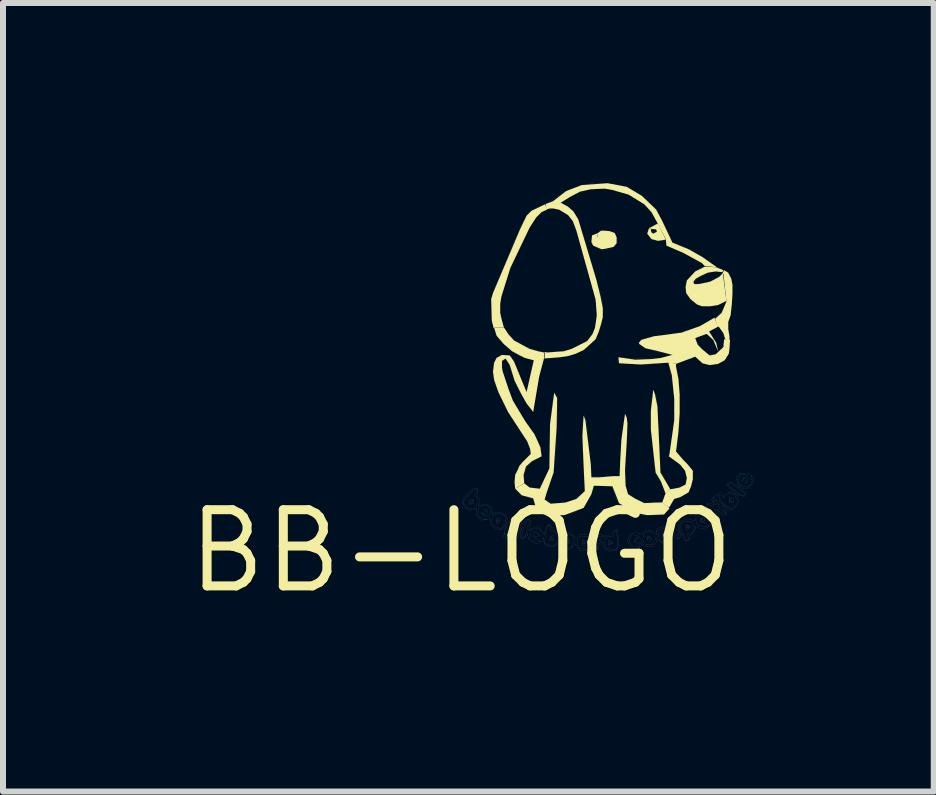
<source format=kicad_pcb>
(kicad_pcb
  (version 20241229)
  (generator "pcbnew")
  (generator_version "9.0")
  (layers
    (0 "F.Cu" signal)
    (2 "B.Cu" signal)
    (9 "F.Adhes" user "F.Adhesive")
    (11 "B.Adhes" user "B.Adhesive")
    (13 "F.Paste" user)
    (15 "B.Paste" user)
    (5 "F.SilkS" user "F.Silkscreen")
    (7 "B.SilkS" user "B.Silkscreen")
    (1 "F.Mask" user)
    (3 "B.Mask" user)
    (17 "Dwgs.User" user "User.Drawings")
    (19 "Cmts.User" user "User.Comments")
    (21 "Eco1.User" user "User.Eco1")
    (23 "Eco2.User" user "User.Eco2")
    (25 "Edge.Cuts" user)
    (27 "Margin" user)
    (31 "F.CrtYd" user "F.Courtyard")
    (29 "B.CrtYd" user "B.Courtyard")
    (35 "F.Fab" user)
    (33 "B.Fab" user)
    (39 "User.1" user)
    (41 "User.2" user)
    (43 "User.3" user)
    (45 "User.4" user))
  (footprint "BB-LOGO"
    (layer "F.Cu")
    (at 4.634 6.133)
    (property "Reference" "BB-LOGO" (at 0 0 0) (layer "F.SilkS") (effects (font (size 1.27 1.27) (thickness 0.15))))
    (attr through_hole)
    (fp_poly (pts (xy 3.41 -0.95) (xy 3.33 -1.16) (xy 3.24 -1.31) (xy 3.16 -2.03) (xy 3.16 -2.34) (xy 3.19 -2.59) (xy 3.2 -2.69) (xy 3.23 -2.61) (xy 3.27 -2.41) (xy 3.3 -1.77) (xy 3.32 -1.31) (xy 3.48 -1.04)) (stroke (width 0) (type solid)) (fill yes) (layer "F.SilkS"))
    (fp_poly (pts (xy 3.28 -5.46) (xy 3.13 -5.38) (xy 3.17 -5.37) (xy 3.25 -5.36) (xy 3.26 -5.32) (xy 3.2 -5.29) (xy 3.17 -5.31) (xy 3.16 -5.35) (xy 3.17 -5.36) (xy 3.13 -5.38) (xy 3.1 -5.29) (xy 3.17 -5.2) (xy 3.28 -5.17) (xy 3.41 -5.19)) (stroke (width 0) (type solid)) (fill yes) (layer "F.SilkS"))
    (fp_poly (pts (xy 0.51 -3.84) (xy 0.5 -4.2) (xy 0.53 -4.3) (xy 0.98 -5.36) (xy 1.09 -5.59) (xy 1.17 -5.67) (xy 1.4 -5.78) (xy 1.43 -5.69) (xy 1.34 -5.65) (xy 1.25 -5.56) (xy 1.14 -5.39) (xy 0.82 -4.72) (xy 0.67 -4.24) (xy 0.65 -4.12) (xy 0.65 -3.97) (xy 0.67 -3.88) (xy 0.71 -3.73) (xy 0.54 -3.72)) (stroke (width 0) (type solid)) (fill yes) (layer "F.SilkS"))
    (fp_poly (pts (xy 4.35 -4.62) (xy 4.38 -4.68) (xy 4.45 -4.64) (xy 4.5 -4.54) (xy 4.52 -4.44) (xy 4.52 -4.29) (xy 4.51 -4.12) (xy 4.49 -3.93) (xy 4.45 -3.82) (xy 4.45 -3.7) (xy 4.47 -3.58) (xy 4.47 -3.49) (xy 4.4 -3.53) (xy 4.37 -3.63) (xy 4.3 -3.73) (xy 4.27 -3.75) (xy 4.23 -3.87) (xy 4.34 -3.97) (xy 4.42 -4.16) (xy 4.37 -4.62)) (stroke (width 0) (type solid)) (fill yes) (layer "F.SilkS"))
    (fp_poly (pts (xy 2.27 -5.23) (xy 2.29 -5.2) (xy 2.33 -5.18) (xy 2.38 -5.21) (xy 2.36 -5.26) (xy 2.31 -5.29) (xy 2.26 -5.23) (xy 2.28 -5.3) (xy 2.18 -5.26) (xy 2.17 -5.15) (xy 2.2 -5.09) (xy 2.34 -5.03) (xy 2.41 -5.04) (xy 2.54 -5.07) (xy 2.59 -5.13) (xy 2.59 -5.18) (xy 2.59 -5.23) (xy 2.56 -5.3) (xy 2.48 -5.33) (xy 2.4 -5.34) (xy 2.33 -5.34) (xy 2.28 -5.3)) (stroke (width 0) (type solid)) (fill yes) (layer "F.SilkS"))
    (fp_poly (pts (xy 4.06 -4.74) (xy 3.9 -4.66) (xy 3.76 -4.51) (xy 3.74 -4.4) (xy 3.75 -4.3) (xy 3.82 -4.2) (xy 3.93 -4.11) (xy 4.01 -4.08) (xy 4.15 -4.08) (xy 4.28 -4.1) (xy 4.42 -4.17) (xy 4.36 -4.63) (xy 4.3 -4.57) (xy 4.15 -4.49) (xy 3.96 -4.45) (xy 3.88 -4.45) (xy 3.87 -4.49) (xy 3.91 -4.54) (xy 4 -4.59) (xy 4.11 -4.64) (xy 4.24 -4.66) (xy 4.34 -4.65) (xy 4.35 -4.65) (xy 4.37 -4.68) (xy 4.25 -4.73) (xy 4.08 -4.74)) (stroke (width 0) (type solid)) (fill yes) (layer "F.SilkS"))
    (fp_poly (pts (xy 1.4 -5.78) (xy 1.53 -5.83) (xy 1.75 -6) (xy 2.01 -6.1) (xy 2.44 -6.13) (xy 2.76 -6.07) (xy 3.01 -5.92) (xy 3.25 -5.69) (xy 3.35 -5.5) (xy 3.52 -5.14) (xy 3.79 -5.03) (xy 4.02 -4.9) (xy 4.26 -4.73) (xy 4.06 -4.75) (xy 4.01 -4.8) (xy 3.7 -4.97) (xy 3.42 -5.09) (xy 3.41 -5.2) (xy 3.28 -5.45) (xy 3.17 -5.65) (xy 3.05 -5.78) (xy 2.79 -5.94) (xy 2.51 -6.02) (xy 2.39 -6.04) (xy 2.16 -6.03) (xy 1.98 -5.99) (xy 1.81 -5.9) (xy 1.65 -5.8) (xy 1.42 -5.69) (xy 1.41 -5.79)) (stroke (width 0) (type solid)) (fill yes) (layer "F.SilkS"))
    (fp_poly (pts (xy 3.45 -3.15) (xy 3.51 -2.93) (xy 3.55 -2.54) (xy 3.55 -2.18) (xy 3.47 -1.61) (xy 3.46 -1.58) (xy 3.65 -1.44) (xy 3.73 -1.34) (xy 3.76 -1.22) (xy 3.74 -1.11) (xy 3.64 -1.06) (xy 3.54 -1.04) (xy 3.47 -1.03) (xy 3.4 -0.95) (xy 3.35 -0.81) (xy 3.46 -0.72) (xy 3.55 -0.87) (xy 3.65 -0.9) (xy 3.79 -0.98) (xy 3.83 -1.08) (xy 3.86 -1.2) (xy 3.86 -1.34) (xy 3.77 -1.45) (xy 3.7 -1.52) (xy 3.58 -1.66) (xy 3.62 -1.99) (xy 3.64 -2.29) (xy 3.64 -2.61) (xy 3.62 -2.87) (xy 3.58 -3.07) (xy 3.58 -3.12)) (stroke (width 0) (type solid)) (fill yes) (layer "F.SilkS"))
    (fp_poly (pts (xy 1.38 -3.21) (xy 1.64 -3.23) (xy 1.78 -3.25) (xy 1.91 -3.29) (xy 2.04 -3.35) (xy 2.14 -3.44) (xy 2.24 -3.53) (xy 2.29 -3.65) (xy 2.33 -3.78) (xy 2.36 -3.9) (xy 2.36 -4.05) (xy 2.32 -4.25) (xy 2.25 -4.53) (xy 1.95 -5.53) (xy 1.87 -5.66) (xy 1.78 -5.74) (xy 1.65 -5.81) (xy 1.43 -5.71) (xy 1.53 -5.71) (xy 1.63 -5.69) (xy 1.78 -5.6) (xy 1.86 -5.5) (xy 1.92 -5.34) (xy 2.24 -4.19) (xy 2.26 -3.93) (xy 2.23 -3.72) (xy 2.19 -3.62) (xy 2.1 -3.5) (xy 1.98 -3.44) (xy 1.84 -3.37) (xy 1.71 -3.33) (xy 1.43 -3.31) (xy 1.39 -3.32) (xy 1.39 -3.22)) (stroke (width 0) (type solid)) (fill yes) (layer "F.SilkS"))
    (fp_poly (pts (xy 4.22 -3.89) (xy 3.98 -3.75) (xy 3.67 -3.64) (xy 3.21 -3.58) (xy 3 -3.52) (xy 2.96 -3.47) (xy 2.97 -3.45) (xy 3.07 -3.38) (xy 3.25 -3.34) (xy 3.52 -3.27) (xy 3.33 -3.22) (xy 3.17 -3.2) (xy 2.9 -3.19) (xy 2.62 -3.23) (xy 2.63 -3.13) (xy 2.99 -3.11) (xy 3.45 -3.14) (xy 3.58 -3.12) (xy 3.9 -3.24) (xy 4.02 -3.13) (xy 4.14 -3.1) (xy 4.28 -3.12) (xy 4.39 -3.18) (xy 4.46 -3.29) (xy 4.47 -3.37) (xy 4.48 -3.52) (xy 4.38 -3.53) (xy 4.37 -3.4) (xy 4.24 -3.28) (xy 4.14 -3.26) (xy 4.02 -3.36) (xy 3.94 -3.44) (xy 3.9 -3.55) (xy 4.09 -3.62) (xy 4.2 -3.52) (xy 4.28 -3.33) (xy 4.25 -3.47) (xy 4.13 -3.66) (xy 4.28 -3.74)) (stroke (width 0) (type solid)) (fill yes) (layer "F.SilkS"))
    (fp_poly (pts (xy 3.36 -0.81) (xy 3.25 -0.81) (xy 3.05 -0.8) (xy 2.89 -0.88) (xy 2.78 -0.95) (xy 2.74 -1.09) (xy 2.73 -1.36) (xy 2.76 -1.84) (xy 2.77 -2.13) (xy 2.76 -2.22) (xy 2.73 -2.29) (xy 2.67 -1.86) (xy 2.65 -1.51) (xy 2.64 -1.25) (xy 2.54 -1.25) (xy 2.3 -1.23) (xy 2.17 -1.23) (xy 2.16 -1.45) (xy 2.07 -2.18) (xy 2.04 -2.26) (xy 2.02 -1.92) (xy 2.04 -1.42) (xy 2.06 -1) (xy 1.92 -0.87) (xy 1.74 -0.81) (xy 1.49 -0.79) (xy 1.39 -0.86) (xy 1.43 -0.99) (xy 1.54 -1.31) (xy 1.59 -2.05) (xy 1.6 -2.55) (xy 1.55 -2.64) (xy 1.48 -2.11) (xy 1.47 -1.38) (xy 1.31 -1.04) (xy 1.14 -1.06) (xy 1.05 -1.13) (xy 0.9 -1.04) (xy 1.01 -0.93) (xy 1.2 -0.88) (xy 1.25 -0.71) (xy 1.44 -0.6) (xy 1.72 -0.6) (xy 2.04 -0.72) (xy 2.17 -0.95) (xy 2.21 -1.09) (xy 2.52 -1.08) (xy 2.63 -0.8) (xy 2.89 -0.64) (xy 3.1 -0.6) (xy 3.38 -0.61) (xy 3.47 -0.71)) (stroke (width 0) (type solid)) (fill yes) (layer "F.SilkS"))
    (fp_poly (pts (xy 0.55 -3.72) (xy 0.59 -3.59) (xy 0.71 -3.45) (xy 0.85 -3.33) (xy 0.98 -3.26) (xy 1.06 -3.22) (xy 1.21 -3.18) (xy 1.09 -2.65) (xy 0.88 -3.16) (xy 0.81 -3.26) (xy 0.68 -3.27) (xy 0.59 -3.22) (xy 0.55 -3.14) (xy 0.53 -2.99) (xy 0.55 -2.85) (xy 0.62 -2.65) (xy 0.78 -2.32) (xy 1.1 -1.83) (xy 1.15 -1.7) (xy 1.16 -1.62) (xy 1.02 -1.48) (xy 0.97 -1.42) (xy 0.95 -1.37) (xy 0.9 -1.27) (xy 0.89 -1.15) (xy 0.9 -1.04) (xy 1.05 -1.13) (xy 1.04 -1.27) (xy 1.08 -1.41) (xy 1.18 -1.5) (xy 1.34 -1.58) (xy 1.32 -1.73) (xy 1.28 -1.82) (xy 1.22 -1.95) (xy 1.07 -2.16) (xy 0.86 -2.51) (xy 0.79 -2.7) (xy 0.69 -3) (xy 0.68 -3.06) (xy 0.68 -3.17) (xy 0.74 -3.21) (xy 0.81 -3.1) (xy 0.89 -2.84) (xy 0.99 -2.64) (xy 1.09 -2.46) (xy 1.2 -2.32) (xy 1.3 -2.91) (xy 1.38 -3.21) (xy 1.38 -3.31) (xy 1.28 -3.33) (xy 1.14 -3.37) (xy 1.01 -3.44) (xy 0.88 -3.51) (xy 0.79 -3.61) (xy 0.71 -3.73)) (stroke (width 0) (type solid)) (fill yes) (layer "F.SilkS"))
    (fp_line (start 0.022 -0.856) (end 0.09 -0.933) (stroke (width 0.001) (type solid)) (layer "Dwgs.User"))
    (fp_line (start 0.027 -0.768) (end 0.022 -0.856) (stroke (width 0.001) (type solid)) (layer "Dwgs.User"))
    (fp_line (start 0.027 -0.81) (end 0.05 -0.788) (stroke (width 0.001) (type solid)) (layer "Dwgs.User"))
    (fp_line (start 0.05 -0.788) (end 0.07 -0.77) (stroke (width 0.001) (type solid)) (layer "Dwgs.User"))
    (fp_line (start 0.065 -0.725) (end 0.027 -0.768) (stroke (width 0.001) (type solid)) (layer "Dwgs.User"))
    (fp_line (start 0.067 -0.873) (end 0.027 -0.81) (stroke (width 0.001) (type solid)) (layer "Dwgs.User"))
    (fp_line (start 0.07 -0.77) (end 0.096 -0.729) (stroke (width 0.001) (type solid)) (layer "Dwgs.User"))
    (fp_line (start 0.09 -0.933) (end 0.144 -0.989) (stroke (width 0.001) (type solid)) (layer "Dwgs.User"))
    (fp_line (start 0.096 -0.729) (end 0.156 -0.704) (stroke (width 0.001) (type solid)) (layer "Dwgs.User"))
    (fp_line (start 0.12 -0.929) (end 0.067 -0.873) (stroke (width 0.001) (type solid)) (layer "Dwgs.User"))
    (fp_line (start 0.13 -0.779) (end 0.138 -0.853) (stroke (width 0.001) (type solid)) (layer "Dwgs.User"))
    (fp_line (start 0.13 -0.779) (end 0.13 -0.779) (stroke (width 0.001) (type solid)) (layer "Dwgs.User"))
    (fp_line (start 0.138 -0.853) (end 0.212 -0.86) (stroke (width 0.001) (type solid)) (layer "Dwgs.User"))
    (fp_line (start 0.142 -0.681) (end 0.065 -0.725) (stroke (width 0.001) (type solid)) (layer "Dwgs.User"))
    (fp_line (start 0.144 -0.989) (end 0.199 -1.045) (stroke (width 0.001) (type solid)) (layer "Dwgs.User"))
    (fp_line (start 0.146 -0.797) (end 0.181 -0.798) (stroke (width 0.001) (type solid)) (layer "Dwgs.User"))
    (fp_line (start 0.156 -0.704) (end 0.212 -0.715) (stroke (width 0.001) (type solid)) (layer "Dwgs.User"))
    (fp_line (start 0.181 -0.798) (end 0.181 -0.798) (stroke (width 0.001) (type solid)) (layer "Dwgs.User"))
    (fp_line (start 0.181 -0.798) (end 0.19 -0.85) (stroke (width 0.001) (type solid)) (layer "Dwgs.User"))
    (fp_line (start 0.19 -0.85) (end 0.146 -0.797) (stroke (width 0.001) (type solid)) (layer "Dwgs.User"))
    (fp_line (start 0.199 -1.045) (end 0.278 -1.046) (stroke (width 0.001) (type solid)) (layer "Dwgs.User"))
    (fp_line (start 0.202 -0.789) (end 0.13 -0.779) (stroke (width 0.001) (type solid)) (layer "Dwgs.User"))
    (fp_line (start 0.212 -0.715) (end 0.281 -0.799) (stroke (width 0.001) (type solid)) (layer "Dwgs.User"))
    (fp_line (start 0.212 -0.715) (end 0.212 -0.715) (stroke (width 0.001) (type solid)) (layer "Dwgs.User"))
    (fp_line (start 0.212 -0.86) (end 0.202 -0.789) (stroke (width 0.001) (type solid)) (layer "Dwgs.User"))
    (fp_line (start 0.223 -0.921) (end 0.243 -0.966) (stroke (width 0.001) (type solid)) (layer "Dwgs.User"))
    (fp_line (start 0.225 -1.035) (end 0.12 -0.929) (stroke (width 0.001) (type solid)) (layer "Dwgs.User"))
    (fp_line (start 0.23 -0.699) (end 0.142 -0.681) (stroke (width 0.001) (type solid)) (layer "Dwgs.User"))
    (fp_line (start 0.243 -0.966) (end 0.269 -1.017) (stroke (width 0.001) (type solid)) (layer "Dwgs.User"))
    (fp_line (start 0.253 -0.687) (end 0.263 -0.717) (stroke (width 0.001) (type solid)) (layer "Dwgs.User"))
    (fp_line (start 0.254 -0.594) (end 0.253 -0.687) (stroke (width 0.001) (type solid)) (layer "Dwgs.User"))
    (fp_line (start 0.256 -0.902) (end 0.223 -0.921) (stroke (width 0.001) (type solid)) (layer "Dwgs.User"))
    (fp_line (start 0.263 -0.717) (end 0.23 -0.699) (stroke (width 0.001) (type solid)) (layer "Dwgs.User"))
    (fp_line (start 0.264 -0.929) (end 0.307 -0.856) (stroke (width 0.001) (type solid)) (layer "Dwgs.User"))
    (fp_line (start 0.269 -1.017) (end 0.225 -1.035) (stroke (width 0.001) (type solid)) (layer "Dwgs.User"))
    (fp_line (start 0.272 -0.963) (end 0.264 -0.929) (stroke (width 0.001) (type solid)) (layer "Dwgs.User"))
    (fp_line (start 0.276 -0.609) (end 0.359 -0.528) (stroke (width 0.001) (type solid)) (layer "Dwgs.User"))
    (fp_line (start 0.278 -1.046) (end 0.272 -0.963) (stroke (width 0.001) (type solid)) (layer "Dwgs.User"))
    (fp_line (start 0.281 -0.799) (end 0.256 -0.902) (stroke (width 0.001) (type solid)) (layer "Dwgs.User"))
    (fp_line (start 0.286 -0.747) (end 0.31 -0.764) (stroke (width 0.001) (type solid)) (layer "Dwgs.User"))
    (fp_line (start 0.298 -0.77) (end 0.286 -0.747) (stroke (width 0.001) (type solid)) (layer "Dwgs.User"))
    (fp_line (start 0.299 -0.719) (end 0.276 -0.609) (stroke (width 0.001) (type solid)) (layer "Dwgs.User"))
    (fp_line (start 0.307 -0.856) (end 0.298 -0.77) (stroke (width 0.001) (type solid)) (layer "Dwgs.User"))
    (fp_line (start 0.31 -0.764) (end 0.433 -0.783) (stroke (width 0.001) (type solid)) (layer "Dwgs.User"))
    (fp_line (start 0.332 -0.634) (end 0.337 -0.652) (stroke (width 0.001) (type solid)) (layer "Dwgs.User"))
    (fp_line (start 0.336 -0.513) (end 0.254 -0.594) (stroke (width 0.001) (type solid)) (layer "Dwgs.User"))
    (fp_line (start 0.337 -0.652) (end 0.402 -0.613) (stroke (width 0.001) (type solid)) (layer "Dwgs.User"))
    (fp_line (start 0.359 -0.528) (end 0.422 -0.525) (stroke (width 0.001) (type solid)) (layer "Dwgs.User"))
    (fp_line (start 0.364 -0.761) (end 0.299 -0.719) (stroke (width 0.001) (type solid)) (layer "Dwgs.User"))
    (fp_line (start 0.374 -0.702) (end 0.43 -0.696) (stroke (width 0.001) (type solid)) (layer "Dwgs.User"))
    (fp_line (start 0.393 -0.577) (end 0.332 -0.634) (stroke (width 0.001) (type solid)) (layer "Dwgs.User"))
    (fp_line (start 0.393 -0.669) (end 0.374 -0.702) (stroke (width 0.001) (type solid)) (layer "Dwgs.User"))
    (fp_line (start 0.393 -0.669) (end 0.393 -0.669) (stroke (width 0.001) (type solid)) (layer "Dwgs.User"))
    (fp_line (start 0.402 -0.613) (end 0.461 -0.574) (stroke (width 0.001) (type solid)) (layer "Dwgs.User"))
    (fp_line (start 0.422 -0.525) (end 0.393 -0.577) (stroke (width 0.001) (type solid)) (layer "Dwgs.User"))
    (fp_line (start 0.422 -0.525) (end 0.422 -0.525) (stroke (width 0.001) (type solid)) (layer "Dwgs.User"))
    (fp_line (start 0.43 -0.696) (end 0.433 -0.647) (stroke (width 0.001) (type solid)) (layer "Dwgs.User"))
    (fp_line (start 0.433 -0.783) (end 0.502 -0.727) (stroke (width 0.001) (type solid)) (layer "Dwgs.User"))
    (fp_line (start 0.433 -0.647) (end 0.393 -0.669) (stroke (width 0.001) (type solid)) (layer "Dwgs.User"))
    (fp_line (start 0.44 -0.753) (end 0.364 -0.761) (stroke (width 0.001) (type solid)) (layer "Dwgs.User"))
    (fp_line (start 0.461 -0.574) (end 0.479 -0.595) (stroke (width 0.001) (type solid)) (layer "Dwgs.User"))
    (fp_line (start 0.462 -0.536) (end 0.336 -0.513) (stroke (width 0.001) (type solid)) (layer "Dwgs.User"))
    (fp_line (start 0.479 -0.595) (end 0.494 -0.682) (stroke (width 0.001) (type solid)) (layer "Dwgs.User"))
    (fp_line (start 0.481 -0.465) (end 0.486 -0.549) (stroke (width 0.001) (type solid)) (layer "Dwgs.User"))
    (fp_line (start 0.486 -0.549) (end 0.462 -0.536) (stroke (width 0.001) (type solid)) (layer "Dwgs.User"))
    (fp_line (start 0.494 -0.682) (end 0.44 -0.753) (stroke (width 0.001) (type solid)) (layer "Dwgs.User"))
    (fp_line (start 0.498 -4.108) (end 0.506 -4.201) (stroke (width 0.001) (type solid)) (layer "Dwgs.User"))
    (fp_line (start 0.501 -3.976) (end 0.498 -4.108) (stroke (width 0.001) (type solid)) (layer "Dwgs.User"))
    (fp_line (start 0.502 -0.727) (end 0.523 -0.64) (stroke (width 0.001) (type solid)) (layer "Dwgs.User"))
    (fp_line (start 0.505 -0.506) (end 0.528 -0.43) (stroke (width 0.001) (type solid)) (layer "Dwgs.User"))
    (fp_line (start 0.506 -4.201) (end 0.532 -4.291) (stroke (width 0.001) (type solid)) (layer "Dwgs.User"))
    (fp_line (start 0.516 -3.845) (end 0.501 -3.976) (stroke (width 0.001) (type solid)) (layer "Dwgs.User"))
    (fp_line (start 0.518 -0.615) (end 0.552 -0.634) (stroke (width 0.001) (type solid)) (layer "Dwgs.User"))
    (fp_line (start 0.523 -0.64) (end 0.518 -0.615) (stroke (width 0.001) (type solid)) (layer "Dwgs.User"))
    (fp_line (start 0.528 -0.43) (end 0.585 -0.402) (stroke (width 0.001) (type solid)) (layer "Dwgs.User"))
    (fp_line (start 0.529 -3.002) (end 0.541 -3.137) (stroke (width 0.001) (type solid)) (layer "Dwgs.User"))
    (fp_line (start 0.532 -4.291) (end 0.578 -4.412) (stroke (width 0.001) (type solid)) (layer "Dwgs.User"))
    (fp_line (start 0.539 -0.594) (end 0.505 -0.506) (stroke (width 0.001) (type solid)) (layer "Dwgs.User"))
    (fp_line (start 0.54 -2.897) (end 0.529 -3.002) (stroke (width 0.001) (type solid)) (layer "Dwgs.User"))
    (fp_line (start 0.541 -3.137) (end 0.595 -3.218) (stroke (width 0.001) (type solid)) (layer "Dwgs.User"))
    (fp_line (start 0.543 -3.716) (end 0.516 -3.845) (stroke (width 0.001) (type solid)) (layer "Dwgs.User"))
    (fp_line (start 0.552 -0.634) (end 0.619 -0.653) (stroke (width 0.001) (type solid)) (layer "Dwgs.User"))
    (fp_line (start 0.566 -2.796) (end 0.54 -2.897) (stroke (width 0.001) (type solid)) (layer "Dwgs.User"))
    (fp_line (start 0.568 -0.378) (end 0.481 -0.465) (stroke (width 0.001) (type solid)) (layer "Dwgs.User"))
    (fp_line (start 0.578 -4.412) (end 0.629 -4.534) (stroke (width 0.001) (type solid)) (layer "Dwgs.User"))
    (fp_line (start 0.583 -0.465) (end 0.585 -0.548) (stroke (width 0.001) (type solid)) (layer "Dwgs.User"))
    (fp_line (start 0.583 -0.465) (end 0.583 -0.465) (stroke (width 0.001) (type solid)) (layer "Dwgs.User"))
    (fp_line (start 0.585 -0.402) (end 0.616 -0.394) (stroke (width 0.001) (type solid)) (layer "Dwgs.User"))
    (fp_line (start 0.585 -0.548) (end 0.653 -0.555) (stroke (width 0.001) (type solid)) (layer "Dwgs.User"))
    (fp_line (start 0.588 -3.593) (end 0.543 -3.716) (stroke (width 0.001) (type solid)) (layer "Dwgs.User"))
    (fp_line (start 0.589 -0.488) (end 0.629 -0.489) (stroke (width 0.001) (type solid)) (layer "Dwgs.User"))
    (fp_line (start 0.595 -3.218) (end 0.68 -3.267) (stroke (width 0.001) (type solid)) (layer "Dwgs.User"))
    (fp_line (start 0.601 -2.698) (end 0.566 -2.796) (stroke (width 0.001) (type solid)) (layer "Dwgs.User"))
    (fp_line (start 0.611 -0.359) (end 0.611 -0.359) (stroke (width 0.001) (type solid)) (layer "Dwgs.User"))
    (fp_line (start 0.611 -0.359) (end 0.568 -0.378) (stroke (width 0.001) (type solid)) (layer "Dwgs.User"))
    (fp_line (start 0.615 -0.543) (end 0.589 -0.488) (stroke (width 0.001) (type solid)) (layer "Dwgs.User"))
    (fp_line (start 0.616 -0.394) (end 0.647 -0.368) (stroke (width 0.001) (type solid)) (layer "Dwgs.User"))
    (fp_line (start 0.619 -0.653) (end 0.702 -0.622) (stroke (width 0.001) (type solid)) (layer "Dwgs.User"))
    (fp_line (start 0.624 -0.629) (end 0.539 -0.594) (stroke (width 0.001) (type solid)) (layer "Dwgs.User"))
    (fp_line (start 0.629 -0.489) (end 0.629 -0.489) (stroke (width 0.001) (type solid)) (layer "Dwgs.User"))
    (fp_line (start 0.629 -0.489) (end 0.615 -0.543) (stroke (width 0.001) (type solid)) (layer "Dwgs.User"))
    (fp_line (start 0.629 -4.534) (end 0.678 -4.651) (stroke (width 0.001) (type solid)) (layer "Dwgs.User"))
    (fp_line (start 0.63 -0.461) (end 0.583 -0.465) (stroke (width 0.001) (type solid)) (layer "Dwgs.User"))
    (fp_line (start 0.647 -0.368) (end 0.673 -0.385) (stroke (width 0.001) (type solid)) (layer "Dwgs.User"))
    (fp_line (start 0.649 -3.996) (end 0.665 -3.87) (stroke (width 0.001) (type solid)) (layer "Dwgs.User"))
    (fp_line (start 0.651 -4.124) (end 0.649 -3.996) (stroke (width 0.001) (type solid)) (layer "Dwgs.User"))
    (fp_line (start 0.651 -2.581) (end 0.601 -2.698) (stroke (width 0.001) (type solid)) (layer "Dwgs.User"))
    (fp_line (start 0.653 -0.555) (end 0.63 -0.461) (stroke (width 0.001) (type solid)) (layer "Dwgs.User"))
    (fp_line (start 0.665 -3.87) (end 0.711 -3.733) (stroke (width 0.001) (type solid)) (layer "Dwgs.User"))
    (fp_line (start 0.668 -3.492) (end 0.588 -3.593) (stroke (width 0.001) (type solid)) (layer "Dwgs.User"))
    (fp_line (start 0.669 -4.25) (end 0.651 -4.124) (stroke (width 0.001) (type solid)) (layer "Dwgs.User"))
    (fp_line (start 0.673 -0.385) (end 0.673 -0.385) (stroke (width 0.001) (type solid)) (layer "Dwgs.User"))
    (fp_line (start 0.673 -0.385) (end 0.724 -0.478) (stroke (width 0.001) (type solid)) (layer "Dwgs.User"))
    (fp_line (start 0.678 -4.651) (end 0.726 -4.77) (stroke (width 0.001) (type solid)) (layer "Dwgs.User"))
    (fp_line (start 0.679 -3.049) (end 0.702 -2.933) (stroke (width 0.001) (type solid)) (layer "Dwgs.User"))
    (fp_line (start 0.68 -3.267) (end 0.81 -3.263) (stroke (width 0.001) (type solid)) (layer "Dwgs.User"))
    (fp_line (start 0.681 -0.603) (end 0.624 -0.629) (stroke (width 0.001) (type solid)) (layer "Dwgs.User"))
    (fp_line (start 0.682 -0.359) (end 0.611 -0.359) (stroke (width 0.001) (type solid)) (layer "Dwgs.User"))
    (fp_line (start 0.685 -3.164) (end 0.679 -3.049) (stroke (width 0.001) (type solid)) (layer "Dwgs.User"))
    (fp_line (start 0.698 -4.373) (end 0.669 -4.25) (stroke (width 0.001) (type solid)) (layer "Dwgs.User"))
    (fp_line (start 0.702 -0.622) (end 0.736 -0.602) (stroke (width 0.001) (type solid)) (layer "Dwgs.User"))
    (fp_line (start 0.702 -2.933) (end 0.736 -2.821) (stroke (width 0.001) (type solid)) (layer "Dwgs.User"))
    (fp_line (start 0.706 -0.23) (end 0.72 -0.324) (stroke (width 0.001) (type solid)) (layer "Dwgs.User"))
    (fp_line (start 0.708 -2.466) (end 0.651 -2.581) (stroke (width 0.001) (type solid)) (layer "Dwgs.User"))
    (fp_line (start 0.711 -3.733) (end 0.788 -3.612) (stroke (width 0.001) (type solid)) (layer "Dwgs.User"))
    (fp_line (start 0.712 -0.289) (end 0.762 -0.216) (stroke (width 0.001) (type solid)) (layer "Dwgs.User"))
    (fp_line (start 0.72 -0.324) (end 0.731 -0.379) (stroke (width 0.001) (type solid)) (layer "Dwgs.User"))
    (fp_line (start 0.724 -0.478) (end 0.751 -0.565) (stroke (width 0.001) (type solid)) (layer "Dwgs.User"))
    (fp_line (start 0.724 -0.577) (end 0.681 -0.603) (stroke (width 0.001) (type solid)) (layer "Dwgs.User"))
    (fp_line (start 0.726 -4.77) (end 0.773 -4.889) (stroke (width 0.001) (type solid)) (layer "Dwgs.User"))
    (fp_line (start 0.731 -0.379) (end 0.753 -0.467) (stroke (width 0.001) (type solid)) (layer "Dwgs.User"))
    (fp_line (start 0.735 -4.495) (end 0.698 -4.373) (stroke (width 0.001) (type solid)) (layer "Dwgs.User"))
    (fp_line (start 0.736 -0.602) (end 0.78 -0.549) (stroke (width 0.001) (type solid)) (layer "Dwgs.User"))
    (fp_line (start 0.736 -2.821) (end 0.777 -2.711) (stroke (width 0.001) (type solid)) (layer "Dwgs.User"))
    (fp_line (start 0.737 -0.451) (end 0.682 -0.359) (stroke (width 0.001) (type solid)) (layer "Dwgs.User"))
    (fp_line (start 0.739 -3.21) (end 0.685 -3.164) (stroke (width 0.001) (type solid)) (layer "Dwgs.User"))
    (fp_line (start 0.751 -0.565) (end 0.724 -0.577) (stroke (width 0.001) (type solid)) (layer "Dwgs.User"))
    (fp_line (start 0.753 -0.467) (end 0.84 -0.535) (stroke (width 0.001) (type solid)) (layer "Dwgs.User"))
    (fp_line (start 0.758 -0.415) (end 0.768 -0.329) (stroke (width 0.001) (type solid)) (layer "Dwgs.User"))
    (fp_line (start 0.76 -3.401) (end 0.668 -3.492) (stroke (width 0.001) (type solid)) (layer "Dwgs.User"))
    (fp_line (start 0.762 -0.216) (end 0.843 -0.198) (stroke (width 0.001) (type solid)) (layer "Dwgs.User"))
    (fp_line (start 0.765 -0.282) (end 0.712 -0.289) (stroke (width 0.001) (type solid)) (layer "Dwgs.User"))
    (fp_line (start 0.768 -0.329) (end 0.844 -0.289) (stroke (width 0.001) (type solid)) (layer "Dwgs.User"))
    (fp_line (start 0.768 -2.354) (end 0.708 -2.466) (stroke (width 0.001) (type solid)) (layer "Dwgs.User"))
    (fp_line (start 0.773 -4.889) (end 0.821 -5.01) (stroke (width 0.001) (type solid)) (layer "Dwgs.User"))
    (fp_line (start 0.777 -2.711) (end 0.826 -2.594) (stroke (width 0.001) (type solid)) (layer "Dwgs.User"))
    (fp_line (start 0.779 -4.615) (end 0.735 -4.495) (stroke (width 0.001) (type solid)) (layer "Dwgs.User"))
    (fp_line (start 0.78 -0.549) (end 0.737 -0.451) (stroke (width 0.001) (type solid)) (layer "Dwgs.User"))
    (fp_line (start 0.788 -3.612) (end 0.892 -3.513) (stroke (width 0.001) (type solid)) (layer "Dwgs.User"))
    (fp_line (start 0.797 -0.176) (end 0.706 -0.23) (stroke (width 0.001) (type solid)) (layer "Dwgs.User"))
    (fp_line (start 0.804 -3.097) (end 0.739 -3.21) (stroke (width 0.001) (type solid)) (layer "Dwgs.User"))
    (fp_line (start 0.81 -3.263) (end 0.874 -3.158) (stroke (width 0.001) (type solid)) (layer "Dwgs.User"))
    (fp_line (start 0.821 -5.01) (end 0.87 -5.13) (stroke (width 0.001) (type solid)) (layer "Dwgs.User"))
    (fp_line (start 0.826 -2.594) (end 0.878 -2.48) (stroke (width 0.001) (type solid)) (layer "Dwgs.User"))
    (fp_line (start 0.826 -0.504) (end 0.758 -0.415) (stroke (width 0.001) (type solid)) (layer "Dwgs.User"))
    (fp_line (start 0.827 -4.733) (end 0.779 -4.615) (stroke (width 0.001) (type solid)) (layer "Dwgs.User"))
    (fp_line (start 0.83 -0.352) (end 0.872 -0.452) (stroke (width 0.001) (type solid)) (layer "Dwgs.User"))
    (fp_line (start 0.832 -2.243) (end 0.768 -2.354) (stroke (width 0.001) (type solid)) (layer "Dwgs.User"))
    (fp_line (start 0.84 -0.535) (end 0.947 -0.512) (stroke (width 0.001) (type solid)) (layer "Dwgs.User"))
    (fp_line (start 0.843 -2.972) (end 0.804 -3.097) (stroke (width 0.001) (type solid)) (layer "Dwgs.User"))
    (fp_line (start 0.843 -0.198) (end 0.907 -0.223) (stroke (width 0.001) (type solid)) (layer "Dwgs.User"))
    (fp_line (start 0.844 -0.289) (end 0.869 -0.276) (stroke (width 0.001) (type solid)) (layer "Dwgs.User"))
    (fp_line (start 0.848 -0.406) (end 0.881 -0.375) (stroke (width 0.001) (type solid)) (layer "Dwgs.User"))
    (fp_line (start 0.861 -3.321) (end 0.76 -3.401) (stroke (width 0.001) (type solid)) (layer "Dwgs.User"))
    (fp_line (start 0.869 -0.276) (end 0.765 -0.282) (stroke (width 0.001) (type solid)) (layer "Dwgs.User"))
    (fp_line (start 0.87 -5.13) (end 0.922 -5.248) (stroke (width 0.001) (type solid)) (layer "Dwgs.User"))
    (fp_line (start 0.872 -0.452) (end 0.915 -0.405) (stroke (width 0.001) (type solid)) (layer "Dwgs.User"))
    (fp_line (start 0.873 -0.426) (end 0.848 -0.406) (stroke (width 0.001) (type solid)) (layer "Dwgs.User"))
    (fp_line (start 0.874 -3.158) (end 0.924 -3.046) (stroke (width 0.001) (type solid)) (layer "Dwgs.User"))
    (fp_line (start 0.877 -4.849) (end 0.827 -4.733) (stroke (width 0.001) (type solid)) (layer "Dwgs.User"))
    (fp_line (start 0.878 -2.48) (end 0.936 -2.368) (stroke (width 0.001) (type solid)) (layer "Dwgs.User"))
    (fp_line (start 0.881 -0.375) (end 0.881 -0.375) (stroke (width 0.001) (type solid)) (layer "Dwgs.User"))
    (fp_line (start 0.881 -0.375) (end 0.873 -0.426) (stroke (width 0.001) (type solid)) (layer "Dwgs.User"))
    (fp_line (start 0.886 -2.842) (end 0.843 -2.972) (stroke (width 0.001) (type solid)) (layer "Dwgs.User"))
    (fp_line (start 0.886 -1.145) (end 0.903 -1.276) (stroke (width 0.001) (type solid)) (layer "Dwgs.User"))
    (fp_line (start 0.892 -3.513) (end 1.014 -3.436) (stroke (width 0.001) (type solid)) (layer "Dwgs.User"))
    (fp_line (start 0.898 -2.133) (end 0.832 -2.243) (stroke (width 0.001) (type solid)) (layer "Dwgs.User"))
    (fp_line (start 0.903 -0.188) (end 0.797 -0.176) (stroke (width 0.001) (type solid)) (layer "Dwgs.User"))
    (fp_line (start 0.903 -1.276) (end 0.952 -1.384) (stroke (width 0.001) (type solid)) (layer "Dwgs.User"))
    (fp_line (start 0.907 -0.223) (end 0.967 -0.345) (stroke (width 0.001) (type solid)) (layer "Dwgs.User"))
    (fp_line (start 0.907 -0.223) (end 0.907 -0.223) (stroke (width 0.001) (type solid)) (layer "Dwgs.User"))
    (fp_line (start 0.909 -1.036) (end 0.886 -1.145) (stroke (width 0.001) (type solid)) (layer "Dwgs.User"))
    (fp_line (start 0.915 -0.405) (end 0.83 -0.352) (stroke (width 0.001) (type solid)) (layer "Dwgs.User"))
    (fp_line (start 0.922 -5.248) (end 0.976 -5.366) (stroke (width 0.001) (type solid)) (layer "Dwgs.User"))
    (fp_line (start 0.924 -3.046) (end 0.967 -2.931) (stroke (width 0.001) (type solid)) (layer "Dwgs.User"))
    (fp_line (start 0.931 -4.966) (end 0.877 -4.849) (stroke (width 0.001) (type solid)) (layer "Dwgs.User"))
    (fp_line (start 0.931 -0.489) (end 0.826 -0.504) (stroke (width 0.001) (type solid)) (layer "Dwgs.User"))
    (fp_line (start 0.936 -2.368) (end 1.002 -2.26) (stroke (width 0.001) (type solid)) (layer "Dwgs.User"))
    (fp_line (start 0.945 -2.718) (end 0.886 -2.842) (stroke (width 0.001) (type solid)) (layer "Dwgs.User"))
    (fp_line (start 0.947 -0.512) (end 0.98 -0.498) (stroke (width 0.001) (type solid)) (layer "Dwgs.User"))
    (fp_line (start 0.952 -1.384) (end 1.021 -1.481) (stroke (width 0.001) (type solid)) (layer "Dwgs.User"))
    (fp_line (start 0.958 -0.261) (end 0.903 -0.188) (stroke (width 0.001) (type solid)) (layer "Dwgs.User"))
    (fp_line (start 0.962 -3.262) (end 0.861 -3.321) (stroke (width 0.001) (type solid)) (layer "Dwgs.User"))
    (fp_line (start 0.967 -2.026) (end 0.898 -2.133) (stroke (width 0.001) (type solid)) (layer "Dwgs.User"))
    (fp_line (start 0.967 -0.345) (end 0.993 -0.416) (stroke (width 0.001) (type solid)) (layer "Dwgs.User"))
    (fp_line (start 0.967 -2.931) (end 1.003 -2.833) (stroke (width 0.001) (type solid)) (layer "Dwgs.User"))
    (fp_line (start 0.97 -0.469) (end 0.931 -0.489) (stroke (width 0.001) (type solid)) (layer "Dwgs.User"))
    (fp_line (start 0.976 -5.366) (end 1.033 -5.481) (stroke (width 0.001) (type solid)) (layer "Dwgs.User"))
    (fp_line (start 0.98 -0.498) (end 1.027 -0.443) (stroke (width 0.001) (type solid)) (layer "Dwgs.User"))
    (fp_line (start 0.98 -0.255) (end 1 -0.328) (stroke (width 0.001) (type solid)) (layer "Dwgs.User"))
    (fp_line (start 0.986 -5.081) (end 0.931 -4.966) (stroke (width 0.001) (type solid)) (layer "Dwgs.User"))
    (fp_line (start 0.993 -0.416) (end 0.97 -0.469) (stroke (width 0.001) (type solid)) (layer "Dwgs.User"))
    (fp_line (start 0.994 -0.345) (end 0.958 -0.261) (stroke (width 0.001) (type solid)) (layer "Dwgs.User"))
    (fp_line (start 1 -0.328) (end 1.024 -0.406) (stroke (width 0.001) (type solid)) (layer "Dwgs.User"))
    (fp_line (start 1.002 -2.26) (end 1.074 -2.156) (stroke (width 0.001) (type solid)) (layer "Dwgs.User"))
    (fp_line (start 1.003 -2.833) (end 1.041 -2.736) (stroke (width 0.001) (type solid)) (layer "Dwgs.User"))
    (fp_line (start 1.005 -0.232) (end 1.055 -0.228) (stroke (width 0.001) (type solid)) (layer "Dwgs.User"))
    (fp_line (start 1.006 -0.934) (end 0.909 -1.036) (stroke (width 0.001) (type solid)) (layer "Dwgs.User"))
    (fp_line (start 1.012 -2.597) (end 0.945 -2.718) (stroke (width 0.001) (type solid)) (layer "Dwgs.User"))
    (fp_line (start 1.013 -0.196) (end 0.98 -0.255) (stroke (width 0.001) (type solid)) (layer "Dwgs.User"))
    (fp_line (start 1.014 -3.436) (end 1.145 -3.378) (stroke (width 0.001) (type solid)) (layer "Dwgs.User"))
    (fp_line (start 1.02 -0.31) (end 1.005 -0.232) (stroke (width 0.001) (type solid)) (layer "Dwgs.User"))
    (fp_line (start 1.021 -1.481) (end 1.108 -1.564) (stroke (width 0.001) (type solid)) (layer "Dwgs.User"))
    (fp_line (start 1.024 -0.406) (end 0.994 -0.345) (stroke (width 0.001) (type solid)) (layer "Dwgs.User"))
    (fp_line (start 1.027 -0.443) (end 1.046 -0.475) (stroke (width 0.001) (type solid)) (layer "Dwgs.User"))
    (fp_line (start 1.033 -5.481) (end 1.101 -5.592) (stroke (width 0.001) (type solid)) (layer "Dwgs.User"))
    (fp_line (start 1.037 -1.921) (end 0.967 -2.026) (stroke (width 0.001) (type solid)) (layer "Dwgs.User"))
    (fp_line (start 1.041 -2.736) (end 1.087 -2.645) (stroke (width 0.001) (type solid)) (layer "Dwgs.User"))
    (fp_line (start 1.043 -5.195) (end 0.986 -5.081) (stroke (width 0.001) (type solid)) (layer "Dwgs.User"))
    (fp_line (start 1.044 -0.386) (end 1.02 -0.31) (stroke (width 0.001) (type solid)) (layer "Dwgs.User"))
    (fp_line (start 1.044 -1.262) (end 1.052 -1.127) (stroke (width 0.001) (type solid)) (layer "Dwgs.User"))
    (fp_line (start 1.046 -0.475) (end 1.077 -0.541) (stroke (width 0.001) (type solid)) (layer "Dwgs.User"))
    (fp_line (start 1.052 -1.127) (end 1.143 -1.057) (stroke (width 0.001) (type solid)) (layer "Dwgs.User"))
    (fp_line (start 1.055 -0.228) (end 1.055 -0.228) (stroke (width 0.001) (type solid)) (layer "Dwgs.User"))
    (fp_line (start 1.055 -0.228) (end 1.082 -0.3) (stroke (width 0.001) (type solid)) (layer "Dwgs.User"))
    (fp_line (start 1.07 -0.462) (end 1.044 -0.386) (stroke (width 0.001) (type solid)) (layer "Dwgs.User"))
    (fp_line (start 1.07 -3.216) (end 0.962 -3.262) (stroke (width 0.001) (type solid)) (layer "Dwgs.User"))
    (fp_line (start 1.074 -2.156) (end 1.15 -2.048) (stroke (width 0.001) (type solid)) (layer "Dwgs.User"))
    (fp_line (start 1.077 -0.541) (end 1.169 -0.507) (stroke (width 0.001) (type solid)) (layer "Dwgs.User"))
    (fp_line (start 1.082 -0.3) (end 1.106 -0.374) (stroke (width 0.001) (type solid)) (layer "Dwgs.User"))
    (fp_line (start 1.084 -2.481) (end 1.012 -2.597) (stroke (width 0.001) (type solid)) (layer "Dwgs.User"))
    (fp_line (start 1.087 -2.645) (end 1.105 -2.718) (stroke (width 0.001) (type solid)) (layer "Dwgs.User"))
    (fp_line (start 1.087 -1.391) (end 1.044 -1.262) (stroke (width 0.001) (type solid)) (layer "Dwgs.User"))
    (fp_line (start 1.093 -0.254) (end 1.013 -0.196) (stroke (width 0.001) (type solid)) (layer "Dwgs.User"))
    (fp_line (start 1.101 -5.309) (end 1.043 -5.195) (stroke (width 0.001) (type solid)) (layer "Dwgs.User"))
    (fp_line (start 1.101 -5.592) (end 1.182 -5.671) (stroke (width 0.001) (type solid)) (layer "Dwgs.User"))
    (fp_line (start 1.105 -2.718) (end 1.12 -2.793) (stroke (width 0.001) (type solid)) (layer "Dwgs.User"))
    (fp_line (start 1.106 -0.374) (end 1.129 -0.448) (stroke (width 0.001) (type solid)) (layer "Dwgs.User"))
    (fp_line (start 1.108 -1.564) (end 1.161 -1.616) (stroke (width 0.001) (type solid)) (layer "Dwgs.User"))
    (fp_line (start 1.108 -0.53) (end 1.07 -0.462) (stroke (width 0.001) (type solid)) (layer "Dwgs.User"))
    (fp_line (start 1.108 -0.297) (end 1.093 -0.254) (stroke (width 0.001) (type solid)) (layer "Dwgs.User"))
    (fp_line (start 1.109 -0.261) (end 1.108 -0.297) (stroke (width 0.001) (type solid)) (layer "Dwgs.User"))
    (fp_line (start 1.11 -1.816) (end 1.037 -1.921) (stroke (width 0.001) (type solid)) (layer "Dwgs.User"))
    (fp_line (start 1.12 -2.793) (end 1.147 -2.923) (stroke (width 0.001) (type solid)) (layer "Dwgs.User"))
    (fp_line (start 1.124 -0.346) (end 1.146 -0.367) (stroke (width 0.001) (type solid)) (layer "Dwgs.User"))
    (fp_line (start 1.129 -0.448) (end 1.137 -0.522) (stroke (width 0.001) (type solid)) (layer "Dwgs.User"))
    (fp_line (start 1.137 -0.522) (end 1.108 -0.53) (stroke (width 0.001) (type solid)) (layer "Dwgs.User"))
    (fp_line (start 1.139 -0.886) (end 1.006 -0.934) (stroke (width 0.001) (type solid)) (layer "Dwgs.User"))
    (fp_line (start 1.143 -1.057) (end 1.259 -1.036) (stroke (width 0.001) (type solid)) (layer "Dwgs.User"))
    (fp_line (start 1.145 -0.211) (end 1.224 -0.156) (stroke (width 0.001) (type solid)) (layer "Dwgs.User"))
    (fp_line (start 1.145 -3.378) (end 1.282 -3.334) (stroke (width 0.001) (type solid)) (layer "Dwgs.User"))
    (fp_line (start 1.146 -0.171) (end 1.109 -0.261) (stroke (width 0.001) (type solid)) (layer "Dwgs.User"))
    (fp_line (start 1.146 -0.367) (end 1.283 -0.408) (stroke (width 0.001) (type solid)) (layer "Dwgs.User"))
    (fp_line (start 1.147 -0.42) (end 1.124 -0.346) (stroke (width 0.001) (type solid)) (layer "Dwgs.User"))
    (fp_line (start 1.147 -2.923) (end 1.177 -3.051) (stroke (width 0.001) (type solid)) (layer "Dwgs.User"))
    (fp_line (start 1.148 -5.4) (end 1.101 -5.309) (stroke (width 0.001) (type solid)) (layer "Dwgs.User"))
    (fp_line (start 1.15 -2.048) (end 1.222 -1.937) (stroke (width 0.001) (type solid)) (layer "Dwgs.User"))
    (fp_line (start 1.151 -1.7) (end 1.11 -1.816) (stroke (width 0.001) (type solid)) (layer "Dwgs.User"))
    (fp_line (start 1.157 -0.342) (end 1.145 -0.211) (stroke (width 0.001) (type solid)) (layer "Dwgs.User"))
    (fp_line (start 1.161 -1.616) (end 1.151 -1.7) (stroke (width 0.001) (type solid)) (layer "Dwgs.User"))
    (fp_line (start 1.166 -2.371) (end 1.084 -2.481) (stroke (width 0.001) (type solid)) (layer "Dwgs.User"))
    (fp_line (start 1.169 -0.507) (end 1.147 -0.42) (stroke (width 0.001) (type solid)) (layer "Dwgs.User"))
    (fp_line (start 1.177 -1.485) (end 1.087 -1.391) (stroke (width 0.001) (type solid)) (layer "Dwgs.User"))
    (fp_line (start 1.177 -3.051) (end 1.211 -3.179) (stroke (width 0.001) (type solid)) (layer "Dwgs.User"))
    (fp_line (start 1.182 -5.671) (end 1.279 -5.73) (stroke (width 0.001) (type solid)) (layer "Dwgs.User"))
    (fp_line (start 1.186 -3.193) (end 1.07 -3.216) (stroke (width 0.001) (type solid)) (layer "Dwgs.User"))
    (fp_line (start 1.197 -0.257) (end 1.268 -0.245) (stroke (width 0.001) (type solid)) (layer "Dwgs.User"))
    (fp_line (start 1.198 -5.492) (end 1.148 -5.4) (stroke (width 0.001) (type solid)) (layer "Dwgs.User"))
    (fp_line (start 1.198 -0.874) (end 1.139 -0.886) (stroke (width 0.001) (type solid)) (layer "Dwgs.User"))
    (fp_line (start 1.203 -2.331) (end 1.166 -2.371) (stroke (width 0.001) (type solid)) (layer "Dwgs.User"))
    (fp_line (start 1.203 -0.305) (end 1.22 -0.322) (stroke (width 0.001) (type solid)) (layer "Dwgs.User"))
    (fp_line (start 1.206 -0.837) (end 1.198 -0.874) (stroke (width 0.001) (type solid)) (layer "Dwgs.User"))
    (fp_line (start 1.209 -0.229) (end 1.197 -0.257) (stroke (width 0.001) (type solid)) (layer "Dwgs.User"))
    (fp_line (start 1.211 -3.179) (end 1.186 -3.193) (stroke (width 0.001) (type solid)) (layer "Dwgs.User"))
    (fp_line (start 1.215 -2.418) (end 1.203 -2.331) (stroke (width 0.001) (type solid)) (layer "Dwgs.User"))
    (fp_line (start 1.22 -0.322) (end 1.251 -0.338) (stroke (width 0.001) (type solid)) (layer "Dwgs.User"))
    (fp_line (start 1.222 -1.937) (end 1.284 -1.82) (stroke (width 0.001) (type solid)) (layer "Dwgs.User"))
    (fp_line (start 1.224 -0.156) (end 1.318 -0.166) (stroke (width 0.001) (type solid)) (layer "Dwgs.User"))
    (fp_line (start 1.227 -2.506) (end 1.215 -2.418) (stroke (width 0.001) (type solid)) (layer "Dwgs.User"))
    (fp_line (start 1.23 -0.128) (end 1.146 -0.171) (stroke (width 0.001) (type solid)) (layer "Dwgs.User"))
    (fp_line (start 1.246 -2.627) (end 1.227 -2.506) (stroke (width 0.001) (type solid)) (layer "Dwgs.User"))
    (fp_line (start 1.247 -0.739) (end 1.206 -0.837) (stroke (width 0.001) (type solid)) (layer "Dwgs.User"))
    (fp_line (start 1.248 -0.292) (end 1.203 -0.305) (stroke (width 0.001) (type solid)) (layer "Dwgs.User"))
    (fp_line (start 1.248 -0.292) (end 1.248 -0.292) (stroke (width 0.001) (type solid)) (layer "Dwgs.User"))
    (fp_line (start 1.251 -0.338) (end 1.296 -0.293) (stroke (width 0.001) (type solid)) (layer "Dwgs.User"))
    (fp_line (start 1.257 -5.575) (end 1.198 -5.492) (stroke (width 0.001) (type solid)) (layer "Dwgs.User"))
    (fp_line (start 1.259 -1.036) (end 1.322 -1.032) (stroke (width 0.001) (type solid)) (layer "Dwgs.User"))
    (fp_line (start 1.267 -2.747) (end 1.246 -2.627) (stroke (width 0.001) (type solid)) (layer "Dwgs.User"))
    (fp_line (start 1.268 -0.245) (end 1.356 -0.281) (stroke (width 0.001) (type solid)) (layer "Dwgs.User"))
    (fp_line (start 1.271 -0.207) (end 1.209 -0.229) (stroke (width 0.001) (type solid)) (layer "Dwgs.User"))
    (fp_line (start 1.279 -0.384) (end 1.157 -0.342) (stroke (width 0.001) (type solid)) (layer "Dwgs.User"))
    (fp_line (start 1.279 -5.73) (end 1.383 -5.773) (stroke (width 0.001) (type solid)) (layer "Dwgs.User"))
    (fp_line (start 1.282 -3.334) (end 1.387 -3.314) (stroke (width 0.001) (type solid)) (layer "Dwgs.User"))
    (fp_line (start 1.283 -0.408) (end 1.376 -0.303) (stroke (width 0.001) (type solid)) (layer "Dwgs.User"))
    (fp_line (start 1.284 -1.82) (end 1.316 -1.723) (stroke (width 0.001) (type solid)) (layer "Dwgs.User"))
    (fp_line (start 1.288 -1.556) (end 1.177 -1.485) (stroke (width 0.001) (type solid)) (layer "Dwgs.User"))
    (fp_line (start 1.29 -2.866) (end 1.267 -2.747) (stroke (width 0.001) (type solid)) (layer "Dwgs.User"))
    (fp_line (start 1.294 -0.279) (end 1.248 -0.292) (stroke (width 0.001) (type solid)) (layer "Dwgs.User"))
    (fp_line (start 1.296 -0.293) (end 1.294 -0.279) (stroke (width 0.001) (type solid)) (layer "Dwgs.User"))
    (fp_line (start 1.307 -0.132) (end 1.23 -0.128) (stroke (width 0.001) (type solid)) (layer "Dwgs.User"))
    (fp_line (start 1.315 -2.986) (end 1.29 -2.866) (stroke (width 0.001) (type solid)) (layer "Dwgs.User"))
    (fp_line (start 1.316 -1.723) (end 1.334 -1.623) (stroke (width 0.001) (type solid)) (layer "Dwgs.User"))
    (fp_line (start 1.318 -0.166) (end 1.318 -0.166) (stroke (width 0.001) (type solid)) (layer "Dwgs.User"))
    (fp_line (start 1.318 -0.166) (end 1.271 -0.207) (stroke (width 0.001) (type solid)) (layer "Dwgs.User"))
    (fp_line (start 1.321 -0.661) (end 1.247 -0.739) (stroke (width 0.001) (type solid)) (layer "Dwgs.User"))
    (fp_line (start 1.322 -1.032) (end 1.359 -1.113) (stroke (width 0.001) (type solid)) (layer "Dwgs.User"))
    (fp_line (start 1.334 -1.623) (end 1.336 -1.582) (stroke (width 0.001) (type solid)) (layer "Dwgs.User"))
    (fp_line (start 1.336 -1.582) (end 1.288 -1.556) (stroke (width 0.001) (type solid)) (layer "Dwgs.User"))
    (fp_line (start 1.339 -5.644) (end 1.257 -5.575) (stroke (width 0.001) (type solid)) (layer "Dwgs.User"))
    (fp_line (start 1.343 -3.105) (end 1.315 -2.986) (stroke (width 0.001) (type solid)) (layer "Dwgs.User"))
    (fp_line (start 1.356 -0.281) (end 1.279 -0.384) (stroke (width 0.001) (type solid)) (layer "Dwgs.User"))
    (fp_line (start 1.356 -0.187) (end 1.307 -0.132) (stroke (width 0.001) (type solid)) (layer "Dwgs.User"))
    (fp_line (start 1.359 -1.113) (end 1.395 -1.195) (stroke (width 0.001) (type solid)) (layer "Dwgs.User"))
    (fp_line (start 1.366 -0.169) (end 1.375 -0.223) (stroke (width 0.001) (type solid)) (layer "Dwgs.User"))
    (fp_line (start 1.368 -0.222) (end 1.356 -0.187) (stroke (width 0.001) (type solid)) (layer "Dwgs.User"))
    (fp_line (start 1.372 -3.204) (end 1.343 -3.105) (stroke (width 0.001) (type solid)) (layer "Dwgs.User"))
    (fp_line (start 1.375 -0.223) (end 1.368 -0.222) (stroke (width 0.001) (type solid)) (layer "Dwgs.User"))
    (fp_line (start 1.376 -0.303) (end 1.383 -0.273) (stroke (width 0.001) (type solid)) (layer "Dwgs.User"))
    (fp_line (start 1.383 -0.273) (end 1.4 -0.353) (stroke (width 0.001) (type solid)) (layer "Dwgs.User"))
    (fp_line (start 1.383 -5.773) (end 1.497 -5.837) (stroke (width 0.001) (type solid)) (layer "Dwgs.User"))
    (fp_line (start 1.387 -3.314) (end 1.494 -3.316) (stroke (width 0.001) (type solid)) (layer "Dwgs.User"))
    (fp_line (start 1.389 -0.13) (end 1.422 -0.116) (stroke (width 0.001) (type solid)) (layer "Dwgs.User"))
    (fp_line (start 1.395 -1.195) (end 1.432 -1.277) (stroke (width 0.001) (type solid)) (layer "Dwgs.User"))
    (fp_line (start 1.398 -0.925) (end 1.417 -0.843) (stroke (width 0.001) (type solid)) (layer "Dwgs.User"))
    (fp_line (start 1.4 -0.353) (end 1.468 -0.459) (stroke (width 0.001) (type solid)) (layer "Dwgs.User"))
    (fp_line (start 1.401 -0.23) (end 1.389 -0.13) (stroke (width 0.001) (type solid)) (layer "Dwgs.User"))
    (fp_line (start 1.414 -0.091) (end 1.366 -0.169) (stroke (width 0.001) (type solid)) (layer "Dwgs.User"))
    (fp_line (start 1.417 -0.843) (end 1.488 -0.802) (stroke (width 0.001) (type solid)) (layer "Dwgs.User"))
    (fp_line (start 1.419 -0.618) (end 1.321 -0.661) (stroke (width 0.001) (type solid)) (layer "Dwgs.User"))
    (fp_line (start 1.42 -0.331) (end 1.401 -0.23) (stroke (width 0.001) (type solid)) (layer "Dwgs.User"))
    (fp_line (start 1.422 -0.116) (end 1.467 -0.105) (stroke (width 0.001) (type solid)) (layer "Dwgs.User"))
    (fp_line (start 1.427 -1.058) (end 1.398 -0.925) (stroke (width 0.001) (type solid)) (layer "Dwgs.User"))
    (fp_line (start 1.432 -1.277) (end 1.468 -1.358) (stroke (width 0.001) (type solid)) (layer "Dwgs.User"))
    (fp_line (start 1.433 -5.693) (end 1.339 -5.644) (stroke (width 0.001) (type solid)) (layer "Dwgs.User"))
    (fp_line (start 1.444 -0.429) (end 1.42 -0.331) (stroke (width 0.001) (type solid)) (layer "Dwgs.User"))
    (fp_line (start 1.46 -0.08) (end 1.414 -0.091) (stroke (width 0.001) (type solid)) (layer "Dwgs.User"))
    (fp_line (start 1.463 -0.213) (end 1.523 -0.267) (stroke (width 0.001) (type solid)) (layer "Dwgs.User"))
    (fp_line (start 1.467 -0.105) (end 1.517 -0.091) (stroke (width 0.001) (type solid)) (layer "Dwgs.User"))
    (fp_line (start 1.468 -1.358) (end 1.47 -1.463) (stroke (width 0.001) (type solid)) (layer "Dwgs.User"))
    (fp_line (start 1.468 -0.459) (end 1.518 -0.392) (stroke (width 0.001) (type solid)) (layer "Dwgs.User"))
    (fp_line (start 1.47 -1.463) (end 1.473 -1.567) (stroke (width 0.001) (type solid)) (layer "Dwgs.User"))
    (fp_line (start 1.473 -0.434) (end 1.444 -0.429) (stroke (width 0.001) (type solid)) (layer "Dwgs.User"))
    (fp_line (start 1.473 -1.567) (end 1.475 -1.672) (stroke (width 0.001) (type solid)) (layer "Dwgs.User"))
    (fp_line (start 1.475 -1.672) (end 1.478 -1.806) (stroke (width 0.001) (type solid)) (layer "Dwgs.User"))
    (fp_line (start 1.478 -0.171) (end 1.478 -0.17) (stroke (width 0.001) (type solid)) (layer "Dwgs.User"))
    (fp_line (start 1.478 -0.17) (end 1.463 -0.213) (stroke (width 0.001) (type solid)) (layer "Dwgs.User"))
    (fp_line (start 1.478 -1.806) (end 1.482 -1.941) (stroke (width 0.001) (type solid)) (layer "Dwgs.User"))
    (fp_line (start 1.482 -1.941) (end 1.488 -2.076) (stroke (width 0.001) (type solid)) (layer "Dwgs.User"))
    (fp_line (start 1.483 -1.182) (end 1.427 -1.058) (stroke (width 0.001) (type solid)) (layer "Dwgs.User"))
    (fp_line (start 1.488 -2.076) (end 1.495 -2.211) (stroke (width 0.001) (type solid)) (layer "Dwgs.User"))
    (fp_line (start 1.488 -0.802) (end 1.622 -0.795) (stroke (width 0.001) (type solid)) (layer "Dwgs.User"))
    (fp_line (start 1.488 -0.347) (end 1.494 -0.401) (stroke (width 0.001) (type solid)) (layer "Dwgs.User"))
    (fp_line (start 1.49 -0.188) (end 1.523 -0.185) (stroke (width 0.001) (type solid)) (layer "Dwgs.User"))
    (fp_line (start 1.491 -3.215) (end 1.372 -3.204) (stroke (width 0.001) (type solid)) (layer "Dwgs.User"))
    (fp_line (start 1.494 -0.401) (end 1.473 -0.434) (stroke (width 0.001) (type solid)) (layer "Dwgs.User"))
    (fp_line (start 1.494 -3.316) (end 1.596 -3.321) (stroke (width 0.001) (type solid)) (layer "Dwgs.User"))
    (fp_line (start 1.495 -2.211) (end 1.506 -2.346) (stroke (width 0.001) (type solid)) (layer "Dwgs.User"))
    (fp_line (start 1.497 -5.837) (end 1.6 -5.908) (stroke (width 0.001) (type solid)) (layer "Dwgs.User"))
    (fp_line (start 1.505 -0.244) (end 1.49 -0.188) (stroke (width 0.001) (type solid)) (layer "Dwgs.User"))
    (fp_line (start 1.505 -0.327) (end 1.488 -0.347) (stroke (width 0.001) (type solid)) (layer "Dwgs.User"))
    (fp_line (start 1.506 -2.346) (end 1.524 -2.48) (stroke (width 0.001) (type solid)) (layer "Dwgs.User"))
    (fp_line (start 1.517 -0.069) (end 1.46 -0.08) (stroke (width 0.001) (type solid)) (layer "Dwgs.User"))
    (fp_line (start 1.517 -0.091) (end 1.579 -0.117) (stroke (width 0.001) (type solid)) (layer "Dwgs.User"))
    (fp_line (start 1.518 -0.392) (end 1.529 -0.353) (stroke (width 0.001) (type solid)) (layer "Dwgs.User"))
    (fp_line (start 1.523 -0.267) (end 1.539 -0.17) (stroke (width 0.001) (type solid)) (layer "Dwgs.User"))
    (fp_line (start 1.523 -0.185) (end 1.505 -0.244) (stroke (width 0.001) (type solid)) (layer "Dwgs.User"))
    (fp_line (start 1.523 -0.185) (end 1.523 -0.185) (stroke (width 0.001) (type solid)) (layer "Dwgs.User"))
    (fp_line (start 1.524 -2.48) (end 1.536 -2.554) (stroke (width 0.001) (type solid)) (layer "Dwgs.User"))
    (fp_line (start 1.529 -0.353) (end 1.599 -0.322) (stroke (width 0.001) (type solid)) (layer "Dwgs.User"))
    (fp_line (start 1.53 -0.599) (end 1.419 -0.618) (stroke (width 0.001) (type solid)) (layer "Dwgs.User"))
    (fp_line (start 1.53 -0.599) (end 1.53 -0.599) (stroke (width 0.001) (type solid)) (layer "Dwgs.User"))
    (fp_line (start 1.531 -1.289) (end 1.483 -1.182) (stroke (width 0.001) (type solid)) (layer "Dwgs.User"))
    (fp_line (start 1.533 -5.707) (end 1.433 -5.693) (stroke (width 0.001) (type solid)) (layer "Dwgs.User"))
    (fp_line (start 1.536 -2.554) (end 1.564 -2.62) (stroke (width 0.001) (type solid)) (layer "Dwgs.User"))
    (fp_line (start 1.539 -0.17) (end 1.478 -0.171) (stroke (width 0.001) (type solid)) (layer "Dwgs.User"))
    (fp_line (start 1.553 -1.403) (end 1.531 -1.289) (stroke (width 0.001) (type solid)) (layer "Dwgs.User"))
    (fp_line (start 1.553 -0.323) (end 1.505 -0.327) (stroke (width 0.001) (type solid)) (layer "Dwgs.User"))
    (fp_line (start 1.564 -2.62) (end 1.59 -2.544) (stroke (width 0.001) (type solid)) (layer "Dwgs.User"))
    (fp_line (start 1.568 -1.549) (end 1.553 -1.403) (stroke (width 0.001) (type solid)) (layer "Dwgs.User"))
    (fp_line (start 1.579 -1.695) (end 1.568 -1.549) (stroke (width 0.001) (type solid)) (layer "Dwgs.User"))
    (fp_line (start 1.579 -0.118) (end 1.622 -0.229) (stroke (width 0.001) (type solid)) (layer "Dwgs.User"))
    (fp_line (start 1.579 -0.117) (end 1.579 -0.118) (stroke (width 0.001) (type solid)) (layer "Dwgs.User"))
    (fp_line (start 1.585 -0.091) (end 1.517 -0.069) (stroke (width 0.001) (type solid)) (layer "Dwgs.User"))
    (fp_line (start 1.586 -1.841) (end 1.579 -1.695) (stroke (width 0.001) (type solid)) (layer "Dwgs.User"))
    (fp_line (start 1.59 -2.544) (end 1.6 -2.408) (stroke (width 0.001) (type solid)) (layer "Dwgs.User"))
    (fp_line (start 1.592 -1.988) (end 1.586 -1.841) (stroke (width 0.001) (type solid)) (layer "Dwgs.User"))
    (fp_line (start 1.596 -2.135) (end 1.592 -1.988) (stroke (width 0.001) (type solid)) (layer "Dwgs.User"))
    (fp_line (start 1.596 -3.321) (end 1.699 -3.332) (stroke (width 0.001) (type solid)) (layer "Dwgs.User"))
    (fp_line (start 1.599 -2.271) (end 1.596 -2.135) (stroke (width 0.001) (type solid)) (layer "Dwgs.User"))
    (fp_line (start 1.599 -0.322) (end 1.64 -0.258) (stroke (width 0.001) (type solid)) (layer "Dwgs.User"))
    (fp_line (start 1.6 -5.908) (end 1.707 -5.97) (stroke (width 0.001) (type solid)) (layer "Dwgs.User"))
    (fp_line (start 1.6 -2.408) (end 1.599 -2.271) (stroke (width 0.001) (type solid)) (layer "Dwgs.User"))
    (fp_line (start 1.622 -0.229) (end 1.553 -0.323) (stroke (width 0.001) (type solid)) (layer "Dwgs.User"))
    (fp_line (start 1.622 -0.795) (end 1.758 -0.806) (stroke (width 0.001) (type solid)) (layer "Dwgs.User"))
    (fp_line (start 1.625 -0.136) (end 1.585 -0.091) (stroke (width 0.001) (type solid)) (layer "Dwgs.User"))
    (fp_line (start 1.634 -0.159) (end 1.625 -0.136) (stroke (width 0.001) (type solid)) (layer "Dwgs.User"))
    (fp_line (start 1.634 -5.69) (end 1.533 -5.707) (stroke (width 0.001) (type solid)) (layer "Dwgs.User"))
    (fp_line (start 1.637 -3.229) (end 1.491 -3.215) (stroke (width 0.001) (type solid)) (layer "Dwgs.User"))
    (fp_line (start 1.64 -0.258) (end 1.649 -0.225) (stroke (width 0.001) (type solid)) (layer "Dwgs.User"))
    (fp_line (start 1.648 -0.12) (end 1.634 -0.159) (stroke (width 0.001) (type solid)) (layer "Dwgs.User"))
    (fp_line (start 1.649 -0.225) (end 1.662 -0.247) (stroke (width 0.001) (type solid)) (layer "Dwgs.User"))
    (fp_line (start 1.649 -5.811) (end 1.703 -5.775) (stroke (width 0.001) (type solid)) (layer "Dwgs.User"))
    (fp_line (start 1.662 -0.598) (end 1.53 -0.599) (stroke (width 0.001) (type solid)) (layer "Dwgs.User"))
    (fp_line (start 1.662 -0.247) (end 1.724 -0.301) (stroke (width 0.001) (type solid)) (layer "Dwgs.User"))
    (fp_line (start 1.679 -0.226) (end 1.679 -0.103) (stroke (width 0.001) (type solid)) (layer "Dwgs.User"))
    (fp_line (start 1.679 -0.103) (end 1.789 -0.05) (stroke (width 0.001) (type solid)) (layer "Dwgs.User"))
    (fp_line (start 1.699 -3.332) (end 1.844 -3.366) (stroke (width 0.001) (type solid)) (layer "Dwgs.User"))
    (fp_line (start 1.699 -3.332) (end 1.699 -3.332) (stroke (width 0.001) (type solid)) (layer "Dwgs.User"))
    (fp_line (start 1.703 -5.775) (end 1.795 -5.717) (stroke (width 0.001) (type solid)) (layer "Dwgs.User"))
    (fp_line (start 1.707 -5.97) (end 1.818 -6.023) (stroke (width 0.001) (type solid)) (layer "Dwgs.User"))
    (fp_line (start 1.723 -5.643) (end 1.634 -5.69) (stroke (width 0.001) (type solid)) (layer "Dwgs.User"))
    (fp_line (start 1.724 -0.301) (end 1.805 -0.309) (stroke (width 0.001) (type solid)) (layer "Dwgs.User"))
    (fp_line (start 1.738 -0.031) (end 1.648 -0.12) (stroke (width 0.001) (type solid)) (layer "Dwgs.User"))
    (fp_line (start 1.738 -5.866) (end 1.649 -5.811) (stroke (width 0.001) (type solid)) (layer "Dwgs.User"))
    (fp_line (start 1.742 -0.128) (end 1.742 -0.128) (stroke (width 0.001) (type solid)) (layer "Dwgs.User"))
    (fp_line (start 1.742 -0.128) (end 1.777 -0.226) (stroke (width 0.001) (type solid)) (layer "Dwgs.User"))
    (fp_line (start 1.752 -0.167) (end 1.778 -0.138) (stroke (width 0.001) (type solid)) (layer "Dwgs.User"))
    (fp_line (start 1.758 -0.806) (end 1.878 -0.847) (stroke (width 0.001) (type solid)) (layer "Dwgs.User"))
    (fp_line (start 1.758 -0.806) (end 1.758 -0.806) (stroke (width 0.001) (type solid)) (layer "Dwgs.User"))
    (fp_line (start 1.777 -0.226) (end 1.807 -0.13) (stroke (width 0.001) (type solid)) (layer "Dwgs.User"))
    (fp_line (start 1.778 -0.138) (end 1.795 -0.168) (stroke (width 0.001) (type solid)) (layer "Dwgs.User"))
    (fp_line (start 1.779 -0.288) (end 1.679 -0.226) (stroke (width 0.001) (type solid)) (layer "Dwgs.User"))
    (fp_line (start 1.782 -3.254) (end 1.637 -3.229) (stroke (width 0.001) (type solid)) (layer "Dwgs.User"))
    (fp_line (start 1.786 -0.201) (end 1.752 -0.167) (stroke (width 0.001) (type solid)) (layer "Dwgs.User"))
    (fp_line (start 1.789 -0.05) (end 1.833 -0.067) (stroke (width 0.001) (type solid)) (layer "Dwgs.User"))
    (fp_line (start 1.792 -0.617) (end 1.662 -0.598) (stroke (width 0.001) (type solid)) (layer "Dwgs.User"))
    (fp_line (start 1.795 -0.168) (end 1.795 -0.168) (stroke (width 0.001) (type solid)) (layer "Dwgs.User"))
    (fp_line (start 1.795 -0.168) (end 1.786 -0.201) (stroke (width 0.001) (type solid)) (layer "Dwgs.User"))
    (fp_line (start 1.795 -5.717) (end 1.876 -5.644) (stroke (width 0.001) (type solid)) (layer "Dwgs.User"))
    (fp_line (start 1.798 -5.576) (end 1.723 -5.643) (stroke (width 0.001) (type solid)) (layer "Dwgs.User"))
    (fp_line (start 1.805 -0.309) (end 1.894 -0.236) (stroke (width 0.001) (type solid)) (layer "Dwgs.User"))
    (fp_line (start 1.807 -0.13) (end 1.742 -0.128) (stroke (width 0.001) (type solid)) (layer "Dwgs.User"))
    (fp_line (start 1.818 -6.023) (end 1.934 -6.067) (stroke (width 0.001) (type solid)) (layer "Dwgs.User"))
    (fp_line (start 1.824 -0.036) (end 1.738 -0.031) (stroke (width 0.001) (type solid)) (layer "Dwgs.User"))
    (fp_line (start 1.831 -5.916) (end 1.738 -5.866) (stroke (width 0.001) (type solid)) (layer "Dwgs.User"))
    (fp_line (start 1.833 -0.067) (end 1.885 -0.161) (stroke (width 0.001) (type solid)) (layer "Dwgs.User"))
    (fp_line (start 1.833 -0.067) (end 1.833 -0.067) (stroke (width 0.001) (type solid)) (layer "Dwgs.User"))
    (fp_line (start 1.844 -3.366) (end 1.979 -3.427) (stroke (width 0.001) (type solid)) (layer "Dwgs.User"))
    (fp_line (start 1.861 -5.496) (end 1.798 -5.576) (stroke (width 0.001) (type solid)) (layer "Dwgs.User"))
    (fp_line (start 1.862 -0.25) (end 1.779 -0.288) (stroke (width 0.001) (type solid)) (layer "Dwgs.User"))
    (fp_line (start 1.876 -5.644) (end 1.938 -5.554) (stroke (width 0.001) (type solid)) (layer "Dwgs.User"))
    (fp_line (start 1.878 -0.847) (end 1.945 -0.886) (stroke (width 0.001) (type solid)) (layer "Dwgs.User"))
    (fp_line (start 1.885 -0.161) (end 1.862 -0.25) (stroke (width 0.001) (type solid)) (layer "Dwgs.User"))
    (fp_line (start 1.889 -0.092) (end 1.824 -0.036) (stroke (width 0.001) (type solid)) (layer "Dwgs.User"))
    (fp_line (start 1.894 -0.236) (end 1.914 -0.198) (stroke (width 0.001) (type solid)) (layer "Dwgs.User"))
    (fp_line (start 1.907 -0.122) (end 1.889 -0.092) (stroke (width 0.001) (type solid)) (layer "Dwgs.User"))
    (fp_line (start 1.911 -0.101) (end 1.907 -0.122) (stroke (width 0.001) (type solid)) (layer "Dwgs.User"))
    (fp_line (start 1.911 -5.367) (end 1.861 -5.496) (stroke (width 0.001) (type solid)) (layer "Dwgs.User"))
    (fp_line (start 1.914 -0.198) (end 1.928 -0.225) (stroke (width 0.001) (type solid)) (layer "Dwgs.User"))
    (fp_line (start 1.916 -0.66) (end 1.792 -0.617) (stroke (width 0.001) (type solid)) (layer "Dwgs.User"))
    (fp_line (start 1.922 -3.298) (end 1.782 -3.254) (stroke (width 0.001) (type solid)) (layer "Dwgs.User"))
    (fp_line (start 1.926 -5.962) (end 1.831 -5.916) (stroke (width 0.001) (type solid)) (layer "Dwgs.User"))
    (fp_line (start 1.928 -0.225) (end 1.968 -0.269) (stroke (width 0.001) (type solid)) (layer "Dwgs.User"))
    (fp_line (start 1.931 -0.144) (end 1.969 -0.049) (stroke (width 0.001) (type solid)) (layer "Dwgs.User"))
    (fp_line (start 1.934 -6.067) (end 2.054 -6.1) (stroke (width 0.001) (type solid)) (layer "Dwgs.User"))
    (fp_line (start 1.938 -5.554) (end 1.981 -5.435) (stroke (width 0.001) (type solid)) (layer "Dwgs.User"))
    (fp_line (start 1.945 -0.886) (end 2.002 -0.938) (stroke (width 0.001) (type solid)) (layer "Dwgs.User"))
    (fp_line (start 1.948 -5.233) (end 1.911 -5.367) (stroke (width 0.001) (type solid)) (layer "Dwgs.User"))
    (fp_line (start 1.968 -0.269) (end 2.039 -0.282) (stroke (width 0.001) (type solid)) (layer "Dwgs.User"))
    (fp_line (start 1.969 -0.049) (end 2.065 -0.035) (stroke (width 0.001) (type solid)) (layer "Dwgs.User"))
    (fp_line (start 1.975 -0.016) (end 1.911 -0.101) (stroke (width 0.001) (type solid)) (layer "Dwgs.User"))
    (fp_line (start 1.975 -0.016) (end 1.975 -0.016) (stroke (width 0.001) (type solid)) (layer "Dwgs.User"))
    (fp_line (start 1.976 -0.244) (end 1.931 -0.144) (stroke (width 0.001) (type solid)) (layer "Dwgs.User"))
    (fp_line (start 1.979 -3.427) (end 2.1 -3.513) (stroke (width 0.001) (type solid)) (layer "Dwgs.User"))
    (fp_line (start 1.981 -5.435) (end 2.017 -5.315) (stroke (width 0.001) (type solid)) (layer "Dwgs.User"))
    (fp_line (start 1.986 -5.092) (end 1.948 -5.233) (stroke (width 0.001) (type solid)) (layer "Dwgs.User"))
    (fp_line (start 2.002 -0.938) (end 2.063 -1) (stroke (width 0.001) (type solid)) (layer "Dwgs.User"))
    (fp_line (start 2.01 -0.725) (end 1.916 -0.66) (stroke (width 0.001) (type solid)) (layer "Dwgs.User"))
    (fp_line (start 2.014 -1.987) (end 2.024 -2.132) (stroke (width 0.001) (type solid)) (layer "Dwgs.User"))
    (fp_line (start 2.016 -0.095) (end 2.021 -0.196) (stroke (width 0.001) (type solid)) (layer "Dwgs.User"))
    (fp_line (start 2.017 -1.841) (end 2.014 -1.987) (stroke (width 0.001) (type solid)) (layer "Dwgs.User"))
    (fp_line (start 2.017 -5.315) (end 2.053 -5.194) (stroke (width 0.001) (type solid)) (layer "Dwgs.User"))
    (fp_line (start 2.021 -0.196) (end 2.082 -0.171) (stroke (width 0.001) (type solid)) (layer "Dwgs.User"))
    (fp_line (start 2.024 -2.132) (end 2.044 -2.232) (stroke (width 0.001) (type solid)) (layer "Dwgs.User"))
    (fp_line (start 2.024 -0.119) (end 2.063 -0.135) (stroke (width 0.001) (type solid)) (layer "Dwgs.User"))
    (fp_line (start 2.025 -4.952) (end 1.986 -5.092) (stroke (width 0.001) (type solid)) (layer "Dwgs.User"))
    (fp_line (start 2.025 -1.696) (end 2.017 -1.841) (stroke (width 0.001) (type solid)) (layer "Dwgs.User"))
    (fp_line (start 2.035 -6.002) (end 1.926 -5.962) (stroke (width 0.001) (type solid)) (layer "Dwgs.User"))
    (fp_line (start 2.038 -1.552) (end 2.025 -1.696) (stroke (width 0.001) (type solid)) (layer "Dwgs.User"))
    (fp_line (start 2.039 -0.282) (end 2.116 -0.278) (stroke (width 0.001) (type solid)) (layer "Dwgs.User"))
    (fp_line (start 2.04 -3.356) (end 1.922 -3.298) (stroke (width 0.001) (type solid)) (layer "Dwgs.User"))
    (fp_line (start 2.044 -2.232) (end 2.052 -2.262) (stroke (width 0.001) (type solid)) (layer "Dwgs.User"))
    (fp_line (start 2.046 -0.179) (end 2.024 -0.119) (stroke (width 0.001) (type solid)) (layer "Dwgs.User"))
    (fp_line (start 2.051 -1.434) (end 2.038 -1.552) (stroke (width 0.001) (type solid)) (layer "Dwgs.User"))
    (fp_line (start 2.052 -2.262) (end 2.063 -2.242) (stroke (width 0.001) (type solid)) (layer "Dwgs.User"))
    (fp_line (start 2.053 -5.194) (end 2.089 -5.072) (stroke (width 0.001) (type solid)) (layer "Dwgs.User"))
    (fp_line (start 2.054 -6.1) (end 2.175 -6.122) (stroke (width 0.001) (type solid)) (layer "Dwgs.User"))
    (fp_line (start 2.062 -1.315) (end 2.051 -1.434) (stroke (width 0.001) (type solid)) (layer "Dwgs.User"))
    (fp_line (start 2.063 -2.242) (end 2.093 -2.132) (stroke (width 0.001) (type solid)) (layer "Dwgs.User"))
    (fp_line (start 2.063 -0.135) (end 2.063 -0.135) (stroke (width 0.001) (type solid)) (layer "Dwgs.User"))
    (fp_line (start 2.063 -0.135) (end 2.046 -0.179) (stroke (width 0.001) (type solid)) (layer "Dwgs.User"))
    (fp_line (start 2.063 -1) (end 2.069 -1.078) (stroke (width 0.001) (type solid)) (layer "Dwgs.User"))
    (fp_line (start 2.065 -0.035) (end 2.065 -0.035) (stroke (width 0.001) (type solid)) (layer "Dwgs.User"))
    (fp_line (start 2.065 -0.035) (end 2.094 -0.034) (stroke (width 0.001) (type solid)) (layer "Dwgs.User"))
    (fp_line (start 2.065 -4.813) (end 2.025 -4.952) (stroke (width 0.001) (type solid)) (layer "Dwgs.User"))
    (fp_line (start 2.069 -1.078) (end 2.069 -1.197) (stroke (width 0.001) (type solid)) (layer "Dwgs.User"))
    (fp_line (start 2.069 -1.197) (end 2.062 -1.315) (stroke (width 0.001) (type solid)) (layer "Dwgs.User"))
    (fp_line (start 2.07 -0.102) (end 2.016 -0.095) (stroke (width 0.001) (type solid)) (layer "Dwgs.User"))
    (fp_line (start 2.071 -0.004) (end 1.975 -0.016) (stroke (width 0.001) (type solid)) (layer "Dwgs.User"))
    (fp_line (start 2.079 -0.252) (end 1.976 -0.244) (stroke (width 0.001) (type solid)) (layer "Dwgs.User"))
    (fp_line (start 2.082 -0.171) (end 2.07 -0.102) (stroke (width 0.001) (type solid)) (layer "Dwgs.User"))
    (fp_line (start 2.089 -5.072) (end 2.124 -4.952) (stroke (width 0.001) (type solid)) (layer "Dwgs.User"))
    (fp_line (start 2.092 -0.807) (end 2.01 -0.725) (stroke (width 0.001) (type solid)) (layer "Dwgs.User"))
    (fp_line (start 2.093 -2.132) (end 2.104 -2.018) (stroke (width 0.001) (type solid)) (layer "Dwgs.User"))
    (fp_line (start 2.094 -0.034) (end 2.139 -0.034) (stroke (width 0.001) (type solid)) (layer "Dwgs.User"))
    (fp_line (start 2.1 -3.513) (end 2.186 -3.619) (stroke (width 0.001) (type solid)) (layer "Dwgs.User"))
    (fp_line (start 2.104 -2.018) (end 2.111 -1.902) (stroke (width 0.001) (type solid)) (layer "Dwgs.User"))
    (fp_line (start 2.108 -4.673) (end 2.065 -4.813) (stroke (width 0.001) (type solid)) (layer "Dwgs.User"))
    (fp_line (start 2.11 -0.25) (end 2.079 -0.252) (stroke (width 0.001) (type solid)) (layer "Dwgs.User"))
    (fp_line (start 2.111 -1.902) (end 2.117 -1.774) (stroke (width 0.001) (type solid)) (layer "Dwgs.User"))
    (fp_line (start 2.116 -0.278) (end 2.164 -0.262) (stroke (width 0.001) (type solid)) (layer "Dwgs.User"))
    (fp_line (start 2.117 -1.774) (end 2.124 -1.647) (stroke (width 0.001) (type solid)) (layer "Dwgs.User"))
    (fp_line (start 2.124 -1.647) (end 2.132 -1.52) (stroke (width 0.001) (type solid)) (layer "Dwgs.User"))
    (fp_line (start 2.124 -4.952) (end 2.167 -4.809) (stroke (width 0.001) (type solid)) (layer "Dwgs.User"))
    (fp_line (start 2.132 -1.52) (end 2.141 -1.394) (stroke (width 0.001) (type solid)) (layer "Dwgs.User"))
    (fp_line (start 2.139 -0.251) (end 2.11 -0.25) (stroke (width 0.001) (type solid)) (layer "Dwgs.User"))
    (fp_line (start 2.139 -0.034) (end 2.15 -0.143) (stroke (width 0.001) (type solid)) (layer "Dwgs.User"))
    (fp_line (start 2.141 -1.394) (end 2.152 -1.267) (stroke (width 0.001) (type solid)) (layer "Dwgs.User"))
    (fp_line (start 2.145 -3.437) (end 2.04 -3.356) (stroke (width 0.001) (type solid)) (layer "Dwgs.User"))
    (fp_line (start 2.149 -6.028) (end 2.035 -6.002) (stroke (width 0.001) (type solid)) (layer "Dwgs.User"))
    (fp_line (start 2.15 -0.143) (end 2.139 -0.251) (stroke (width 0.001) (type solid)) (layer "Dwgs.User"))
    (fp_line (start 2.152 -4.534) (end 2.108 -4.673) (stroke (width 0.001) (type solid)) (layer "Dwgs.User"))
    (fp_line (start 2.152 -1.267) (end 2.156 -1.244) (stroke (width 0.001) (type solid)) (layer "Dwgs.User"))
    (fp_line (start 2.156 -1.244) (end 2.241 -1.238) (stroke (width 0.001) (type solid)) (layer "Dwgs.User"))
    (fp_line (start 2.156 -0.913) (end 2.092 -0.807) (stroke (width 0.001) (type solid)) (layer "Dwgs.User"))
    (fp_line (start 2.164 -0.262) (end 2.175 -0.145) (stroke (width 0.001) (type solid)) (layer "Dwgs.User"))
    (fp_line (start 2.164 -0.038) (end 2.071 -0.004) (stroke (width 0.001) (type solid)) (layer "Dwgs.User"))
    (fp_line (start 2.167 -4.809) (end 2.209 -4.666) (stroke (width 0.001) (type solid)) (layer "Dwgs.User"))
    (fp_line (start 2.175 -6.122) (end 2.3 -6.132) (stroke (width 0.001) (type solid)) (layer "Dwgs.User"))
    (fp_line (start 2.175 -0.145) (end 2.164 -0.038) (stroke (width 0.001) (type solid)) (layer "Dwgs.User"))
    (fp_line (start 2.179 -5.121) (end 2.181 -5.25) (stroke (width 0.001) (type solid)) (layer "Dwgs.User"))
    (fp_line (start 2.181 -5.25) (end 2.284 -5.316) (stroke (width 0.001) (type solid)) (layer "Dwgs.User"))
    (fp_line (start 2.185 -0.136) (end 2.194 -0.244) (stroke (width 0.001) (type solid)) (layer "Dwgs.User"))
    (fp_line (start 2.186 -3.619) (end 2.225 -3.713) (stroke (width 0.001) (type solid)) (layer "Dwgs.User"))
    (fp_line (start 2.189 -4.412) (end 2.152 -4.534) (stroke (width 0.001) (type solid)) (layer "Dwgs.User"))
    (fp_line (start 2.19 -0.028) (end 2.185 -0.136) (stroke (width 0.001) (type solid)) (layer "Dwgs.User"))
    (fp_line (start 2.194 -0.244) (end 2.261 -0.272) (stroke (width 0.001) (type solid)) (layer "Dwgs.User"))
    (fp_line (start 2.199 -1.029) (end 2.156 -0.913) (stroke (width 0.001) (type solid)) (layer "Dwgs.User"))
    (fp_line (start 2.208 -0.134) (end 2.217 -0.033) (stroke (width 0.001) (type solid)) (layer "Dwgs.User"))
    (fp_line (start 2.209 -4.666) (end 2.251 -4.524) (stroke (width 0.001) (type solid)) (layer "Dwgs.User"))
    (fp_line (start 2.213 -1.089) (end 2.199 -1.029) (stroke (width 0.001) (type solid)) (layer "Dwgs.User"))
    (fp_line (start 2.217 -0.033) (end 2.266 -0.034) (stroke (width 0.001) (type solid)) (layer "Dwgs.User"))
    (fp_line (start 2.218 -0.006) (end 2.218 -0.005) (stroke (width 0.001) (type solid)) (layer "Dwgs.User"))
    (fp_line (start 2.218 -0.005) (end 2.19 -0.028) (stroke (width 0.001) (type solid)) (layer "Dwgs.User"))
    (fp_line (start 2.221 -4.289) (end 2.189 -4.412) (stroke (width 0.001) (type solid)) (layer "Dwgs.User"))
    (fp_line (start 2.223 -0.241) (end 2.208 -0.134) (stroke (width 0.001) (type solid)) (layer "Dwgs.User"))
    (fp_line (start 2.225 -3.713) (end 2.249 -3.811) (stroke (width 0.001) (type solid)) (layer "Dwgs.User"))
    (fp_line (start 2.23 -3.537) (end 2.145 -3.437) (stroke (width 0.001) (type solid)) (layer "Dwgs.User"))
    (fp_line (start 2.241 -1.238) (end 2.368 -1.235) (stroke (width 0.001) (type solid)) (layer "Dwgs.User"))
    (fp_line (start 2.245 -4.165) (end 2.221 -4.289) (stroke (width 0.001) (type solid)) (layer "Dwgs.User"))
    (fp_line (start 2.249 -3.811) (end 2.258 -3.912) (stroke (width 0.001) (type solid)) (layer "Dwgs.User"))
    (fp_line (start 2.251 -4.524) (end 2.294 -4.381) (stroke (width 0.001) (type solid)) (layer "Dwgs.User"))
    (fp_line (start 2.257 -4.039) (end 2.245 -4.165) (stroke (width 0.001) (type solid)) (layer "Dwgs.User"))
    (fp_line (start 2.258 -3.912) (end 2.257 -4.039) (stroke (width 0.001) (type solid)) (layer "Dwgs.User"))
    (fp_line (start 2.26 -5.235) (end 2.358 -5.208) (stroke (width 0.001) (type solid)) (layer "Dwgs.User"))
    (fp_line (start 2.261 -0.272) (end 2.29 -0.271) (stroke (width 0.001) (type solid)) (layer "Dwgs.User"))
    (fp_line (start 2.264 -0.245) (end 2.223 -0.241) (stroke (width 0.001) (type solid)) (layer "Dwgs.User"))
    (fp_line (start 2.266 -6.037) (end 2.149 -6.028) (stroke (width 0.001) (type solid)) (layer "Dwgs.User"))
    (fp_line (start 2.266 -0.034) (end 2.266 -0.034) (stroke (width 0.001) (type solid)) (layer "Dwgs.User"))
    (fp_line (start 2.266 -0.034) (end 2.276 -0.107) (stroke (width 0.001) (type solid)) (layer "Dwgs.User"))
    (fp_line (start 2.276 -0.107) (end 2.279 -0.17) (stroke (width 0.001) (type solid)) (layer "Dwgs.User"))
    (fp_line (start 2.279 -0.17) (end 2.31 -0.185) (stroke (width 0.001) (type solid)) (layer "Dwgs.User"))
    (fp_line (start 2.28 -5.037) (end 2.179 -5.121) (stroke (width 0.001) (type solid)) (layer "Dwgs.User"))
    (fp_line (start 2.284 -5.316) (end 2.409 -5.328) (stroke (width 0.001) (type solid)) (layer "Dwgs.User"))
    (fp_line (start 2.289 -0.029) (end 2.218 -0.006) (stroke (width 0.001) (type solid)) (layer "Dwgs.User"))
    (fp_line (start 2.29 -0.271) (end 2.325 -0.278) (stroke (width 0.001) (type solid)) (layer "Dwgs.User"))
    (fp_line (start 2.293 -3.653) (end 2.23 -3.537) (stroke (width 0.001) (type solid)) (layer "Dwgs.User"))
    (fp_line (start 2.293 -0.245) (end 2.264 -0.245) (stroke (width 0.001) (type solid)) (layer "Dwgs.User"))
    (fp_line (start 2.294 -4.381) (end 2.327 -4.262) (stroke (width 0.001) (type solid)) (layer "Dwgs.User"))
    (fp_line (start 2.297 -0.102) (end 2.289 -0.029) (stroke (width 0.001) (type solid)) (layer "Dwgs.User"))
    (fp_line (start 2.3 -6.132) (end 2.423 -6.129) (stroke (width 0.001) (type solid)) (layer "Dwgs.User"))
    (fp_line (start 2.31 -0.185) (end 2.351 -0.237) (stroke (width 0.001) (type solid)) (layer "Dwgs.User"))
    (fp_line (start 2.321 -0.165) (end 2.297 -0.102) (stroke (width 0.001) (type solid)) (layer "Dwgs.User"))
    (fp_line (start 2.325 -0.278) (end 2.366 -0.256) (stroke (width 0.001) (type solid)) (layer "Dwgs.User"))
    (fp_line (start 2.327 -4.262) (end 2.352 -4.142) (stroke (width 0.001) (type solid)) (layer "Dwgs.User"))
    (fp_line (start 2.332 -5.282) (end 2.26 -5.235) (stroke (width 0.001) (type solid)) (layer "Dwgs.User"))
    (fp_line (start 2.335 -3.778) (end 2.293 -3.653) (stroke (width 0.001) (type solid)) (layer "Dwgs.User"))
    (fp_line (start 2.349 -5.016) (end 2.349 -5.016) (stroke (width 0.001) (type solid)) (layer "Dwgs.User"))
    (fp_line (start 2.349 -5.016) (end 2.28 -5.037) (stroke (width 0.001) (type solid)) (layer "Dwgs.User"))
    (fp_line (start 2.351 -0.237) (end 2.293 -0.245) (stroke (width 0.001) (type solid)) (layer "Dwgs.User"))
    (fp_line (start 2.352 -4.142) (end 2.364 -4.02) (stroke (width 0.001) (type solid)) (layer "Dwgs.User"))
    (fp_line (start 2.357 -0.138) (end 2.321 -0.165) (stroke (width 0.001) (type solid)) (layer "Dwgs.User"))
    (fp_line (start 2.358 -3.898) (end 2.335 -3.778) (stroke (width 0.001) (type solid)) (layer "Dwgs.User"))
    (fp_line (start 2.358 -5.208) (end 2.332 -5.282) (stroke (width 0.001) (type solid)) (layer "Dwgs.User"))
    (fp_line (start 2.358 -5.208) (end 2.358 -5.208) (stroke (width 0.001) (type solid)) (layer "Dwgs.User"))
    (fp_line (start 2.361 -1.095) (end 2.213 -1.089) (stroke (width 0.001) (type solid)) (layer "Dwgs.User"))
    (fp_line (start 2.364 -4.02) (end 2.358 -3.898) (stroke (width 0.001) (type solid)) (layer "Dwgs.User"))
    (fp_line (start 2.366 -0.256) (end 2.382 -0.234) (stroke (width 0.001) (type solid)) (layer "Dwgs.User"))
    (fp_line (start 2.368 -1.235) (end 2.496 -1.238) (stroke (width 0.001) (type solid)) (layer "Dwgs.User"))
    (fp_line (start 2.38 -0.139) (end 2.41 -0.054) (stroke (width 0.001) (type solid)) (layer "Dwgs.User"))
    (fp_line (start 2.382 -0.234) (end 2.403 -0.252) (stroke (width 0.001) (type solid)) (layer "Dwgs.User"))
    (fp_line (start 2.383 -6.047) (end 2.266 -6.037) (stroke (width 0.001) (type solid)) (layer "Dwgs.User"))
    (fp_line (start 2.388 -0.044) (end 2.357 -0.138) (stroke (width 0.001) (type solid)) (layer "Dwgs.User"))
    (fp_line (start 2.403 -0.252) (end 2.496 -0.283) (stroke (width 0.001) (type solid)) (layer "Dwgs.User"))
    (fp_line (start 2.409 -5.328) (end 2.498 -5.31) (stroke (width 0.001) (type solid)) (layer "Dwgs.User"))
    (fp_line (start 2.41 -0.054) (end 2.491 -0.02) (stroke (width 0.001) (type solid)) (layer "Dwgs.User"))
    (fp_line (start 2.417 -0.234) (end 2.38 -0.139) (stroke (width 0.001) (type solid)) (layer "Dwgs.User"))
    (fp_line (start 2.423 -6.129) (end 2.552 -6.114) (stroke (width 0.001) (type solid)) (layer "Dwgs.User"))
    (fp_line (start 2.438 -1.097) (end 2.361 -1.095) (stroke (width 0.001) (type solid)) (layer "Dwgs.User"))
    (fp_line (start 2.458 -0.181) (end 2.536 -0.14) (stroke (width 0.001) (type solid)) (layer "Dwgs.User"))
    (fp_line (start 2.458 -0.098) (end 2.458 -0.098) (stroke (width 0.001) (type solid)) (layer "Dwgs.User"))
    (fp_line (start 2.458 -0.098) (end 2.458 -0.181) (stroke (width 0.001) (type solid)) (layer "Dwgs.User"))
    (fp_line (start 2.463 -5.025) (end 2.349 -5.016) (stroke (width 0.001) (type solid)) (layer "Dwgs.User"))
    (fp_line (start 2.472 -0.117) (end 2.511 -0.126) (stroke (width 0.001) (type solid)) (layer "Dwgs.User"))
    (fp_line (start 2.475 -0.000009) (end 2.388 -0.044) (stroke (width 0.001) (type solid)) (layer "Dwgs.User"))
    (fp_line (start 2.487 -0.17) (end 2.472 -0.117) (stroke (width 0.001) (type solid)) (layer "Dwgs.User"))
    (fp_line (start 2.491 -0.02) (end 2.528 -0.035) (stroke (width 0.001) (type solid)) (layer "Dwgs.User"))
    (fp_line (start 2.496 -0.283) (end 2.507 -0.312) (stroke (width 0.001) (type solid)) (layer "Dwgs.User"))
    (fp_line (start 2.496 -1.238) (end 2.624 -1.249) (stroke (width 0.001) (type solid)) (layer "Dwgs.User"))
    (fp_line (start 2.498 -5.31) (end 2.573 -5.259) (stroke (width 0.001) (type solid)) (layer "Dwgs.User"))
    (fp_line (start 2.507 -0.312) (end 2.597 -0.369) (stroke (width 0.001) (type solid)) (layer "Dwgs.User"))
    (fp_line (start 2.511 -0.126) (end 2.487 -0.17) (stroke (width 0.001) (type solid)) (layer "Dwgs.User"))
    (fp_line (start 2.514 -1.095) (end 2.438 -1.097) (stroke (width 0.001) (type solid)) (layer "Dwgs.User"))
    (fp_line (start 2.515 -0.253) (end 2.417 -0.234) (stroke (width 0.001) (type solid)) (layer "Dwgs.User"))
    (fp_line (start 2.528 -0.035) (end 2.528 -0.035) (stroke (width 0.001) (type solid)) (layer "Dwgs.User"))
    (fp_line (start 2.528 -0.035) (end 2.556 -0.034) (stroke (width 0.001) (type solid)) (layer "Dwgs.User"))
    (fp_line (start 2.531 -6.025) (end 2.383 -6.047) (stroke (width 0.001) (type solid)) (layer "Dwgs.User"))
    (fp_line (start 2.531 -0.291) (end 2.534 -0.247) (stroke (width 0.001) (type solid)) (layer "Dwgs.User"))
    (fp_line (start 2.534 -0.247) (end 2.515 -0.253) (stroke (width 0.001) (type solid)) (layer "Dwgs.User"))
    (fp_line (start 2.536 -0.14) (end 2.458 -0.098) (stroke (width 0.001) (type solid)) (layer "Dwgs.User"))
    (fp_line (start 2.539 -1.004) (end 2.514 -1.095) (stroke (width 0.001) (type solid)) (layer "Dwgs.User"))
    (fp_line (start 2.552 -6.114) (end 2.677 -6.085) (stroke (width 0.001) (type solid)) (layer "Dwgs.User"))
    (fp_line (start 2.556 -0.034) (end 2.588 -0.031) (stroke (width 0.001) (type solid)) (layer "Dwgs.User"))
    (fp_line (start 2.562 -5.084) (end 2.463 -5.025) (stroke (width 0.001) (type solid)) (layer "Dwgs.User"))
    (fp_line (start 2.573 -5.259) (end 2.61 -5.169) (stroke (width 0.001) (type solid)) (layer "Dwgs.User"))
    (fp_line (start 2.58 -0.882) (end 2.539 -1.004) (stroke (width 0.001) (type solid)) (layer "Dwgs.User"))
    (fp_line (start 2.581 -0.353) (end 2.531 -0.291) (stroke (width 0.001) (type solid)) (layer "Dwgs.User"))
    (fp_line (start 2.588 -0.031) (end 2.603 -0.116) (stroke (width 0.001) (type solid)) (layer "Dwgs.User"))
    (fp_line (start 2.595 -0.01) (end 2.475 -0.000009) (stroke (width 0.001) (type solid)) (layer "Dwgs.User"))
    (fp_line (start 2.597 -0.369) (end 2.62 -0.281) (stroke (width 0.001) (type solid)) (layer "Dwgs.User"))
    (fp_line (start 2.599 -0.236) (end 2.581 -0.353) (stroke (width 0.001) (type solid)) (layer "Dwgs.User"))
    (fp_line (start 2.603 -0.116) (end 2.599 -0.236) (stroke (width 0.001) (type solid)) (layer "Dwgs.User"))
    (fp_line (start 2.605 -3.151) (end 2.607 -3.19) (stroke (width 0.001) (type solid)) (layer "Dwgs.User"))
    (fp_line (start 2.607 -3.19) (end 2.612 -3.225) (stroke (width 0.001) (type solid)) (layer "Dwgs.User"))
    (fp_line (start 2.61 -5.169) (end 2.562 -5.084) (stroke (width 0.001) (type solid)) (layer "Dwgs.User"))
    (fp_line (start 2.612 -3.225) (end 2.696 -3.22) (stroke (width 0.001) (type solid)) (layer "Dwgs.User"))
    (fp_line (start 2.62 -0.281) (end 2.623 -0.201) (stroke (width 0.001) (type solid)) (layer "Dwgs.User"))
    (fp_line (start 2.623 -0.201) (end 2.625 -0.121) (stroke (width 0.001) (type solid)) (layer "Dwgs.User"))
    (fp_line (start 2.624 -1.249) (end 2.649 -1.271) (stroke (width 0.001) (type solid)) (layer "Dwgs.User"))
    (fp_line (start 2.625 -0.121) (end 2.595 -0.01) (stroke (width 0.001) (type solid)) (layer "Dwgs.User"))
    (fp_line (start 2.649 -1.271) (end 2.656 -1.401) (stroke (width 0.001) (type solid)) (layer "Dwgs.User"))
    (fp_line (start 2.652 -0.775) (end 2.58 -0.882) (stroke (width 0.001) (type solid)) (layer "Dwgs.User"))
    (fp_line (start 2.656 -1.401) (end 2.664 -1.531) (stroke (width 0.001) (type solid)) (layer "Dwgs.User"))
    (fp_line (start 2.664 -1.531) (end 2.673 -1.66) (stroke (width 0.001) (type solid)) (layer "Dwgs.User"))
    (fp_line (start 2.673 -1.66) (end 2.681 -1.79) (stroke (width 0.001) (type solid)) (layer "Dwgs.User"))
    (fp_line (start 2.674 -5.986) (end 2.531 -6.025) (stroke (width 0.001) (type solid)) (layer "Dwgs.User"))
    (fp_line (start 2.677 -6.085) (end 2.799 -6.042) (stroke (width 0.001) (type solid)) (layer "Dwgs.User"))
    (fp_line (start 2.681 -1.79) (end 2.69 -1.919) (stroke (width 0.001) (type solid)) (layer "Dwgs.User"))
    (fp_line (start 2.69 -1.919) (end 2.698 -2.023) (stroke (width 0.001) (type solid)) (layer "Dwgs.User"))
    (fp_line (start 2.696 -3.22) (end 2.82 -3.214) (stroke (width 0.001) (type solid)) (layer "Dwgs.User"))
    (fp_line (start 2.698 -2.023) (end 2.706 -2.125) (stroke (width 0.001) (type solid)) (layer "Dwgs.User"))
    (fp_line (start 2.706 -2.125) (end 2.725 -2.227) (stroke (width 0.001) (type solid)) (layer "Dwgs.User"))
    (fp_line (start 2.709 -3.137) (end 2.605 -3.151) (stroke (width 0.001) (type solid)) (layer "Dwgs.User"))
    (fp_line (start 2.718 -1.162) (end 2.725 -1.029) (stroke (width 0.001) (type solid)) (layer "Dwgs.User"))
    (fp_line (start 2.725 -2.227) (end 2.745 -2.251) (stroke (width 0.001) (type solid)) (layer "Dwgs.User"))
    (fp_line (start 2.725 -0.722) (end 2.652 -0.775) (stroke (width 0.001) (type solid)) (layer "Dwgs.User"))
    (fp_line (start 2.725 -1.029) (end 2.805 -0.92) (stroke (width 0.001) (type solid)) (layer "Dwgs.User"))
    (fp_line (start 2.728 -1.295) (end 2.718 -1.162) (stroke (width 0.001) (type solid)) (layer "Dwgs.User"))
    (fp_line (start 2.736 -1.416) (end 2.728 -1.295) (stroke (width 0.001) (type solid)) (layer "Dwgs.User"))
    (fp_line (start 2.744 -1.536) (end 2.736 -1.416) (stroke (width 0.001) (type solid)) (layer "Dwgs.User"))
    (fp_line (start 2.745 -2.251) (end 2.766 -2.137) (stroke (width 0.001) (type solid)) (layer "Dwgs.User"))
    (fp_line (start 2.751 -1.656) (end 2.744 -1.536) (stroke (width 0.001) (type solid)) (layer "Dwgs.User"))
    (fp_line (start 2.758 -1.776) (end 2.751 -1.656) (stroke (width 0.001) (type solid)) (layer "Dwgs.User"))
    (fp_line (start 2.763 -1.895) (end 2.758 -1.776) (stroke (width 0.001) (type solid)) (layer "Dwgs.User"))
    (fp_line (start 2.766 -2.137) (end 2.766 -2.016) (stroke (width 0.001) (type solid)) (layer "Dwgs.User"))
    (fp_line (start 2.766 -2.016) (end 2.763 -1.895) (stroke (width 0.001) (type solid)) (layer "Dwgs.User"))
    (fp_line (start 2.771 -0.177) (end 2.816 -0.285) (stroke (width 0.001) (type solid)) (layer "Dwgs.User"))
    (fp_line (start 2.792 -5.94) (end 2.674 -5.986) (stroke (width 0.001) (type solid)) (layer "Dwgs.User"))
    (fp_line (start 2.798 -0.171) (end 2.86 -0.068) (stroke (width 0.001) (type solid)) (layer "Dwgs.User"))
    (fp_line (start 2.799 -6.042) (end 2.914 -5.985) (stroke (width 0.001) (type solid)) (layer "Dwgs.User"))
    (fp_line (start 2.805 -0.92) (end 2.917 -0.845) (stroke (width 0.001) (type solid)) (layer "Dwgs.User"))
    (fp_line (start 2.805 -0.68) (end 2.725 -0.722) (stroke (width 0.001) (type solid)) (layer "Dwgs.User"))
    (fp_line (start 2.813 -3.125) (end 2.709 -3.137) (stroke (width 0.001) (type solid)) (layer "Dwgs.User"))
    (fp_line (start 2.816 -0.285) (end 2.908 -0.317) (stroke (width 0.001) (type solid)) (layer "Dwgs.User"))
    (fp_line (start 2.817 -0.071) (end 2.771 -0.177) (stroke (width 0.001) (type solid)) (layer "Dwgs.User"))
    (fp_line (start 2.82 -3.214) (end 2.943 -3.211) (stroke (width 0.001) (type solid)) (layer "Dwgs.User"))
    (fp_line (start 2.851 -0.279) (end 2.798 -0.171) (stroke (width 0.001) (type solid)) (layer "Dwgs.User"))
    (fp_line (start 2.86 -0.068) (end 2.97 -0.075) (stroke (width 0.001) (type solid)) (layer "Dwgs.User"))
    (fp_line (start 2.865 -0.148) (end 2.928 -0.233) (stroke (width 0.001) (type solid)) (layer "Dwgs.User"))
    (fp_line (start 2.867 -0.037) (end 2.867 -0.037) (stroke (width 0.001) (type solid)) (layer "Dwgs.User"))
    (fp_line (start 2.867 -0.037) (end 2.817 -0.071) (stroke (width 0.001) (type solid)) (layer "Dwgs.User"))
    (fp_line (start 2.883 -0.17) (end 2.941 -0.152) (stroke (width 0.001) (type solid)) (layer "Dwgs.User"))
    (fp_line (start 2.905 -5.881) (end 2.792 -5.94) (stroke (width 0.001) (type solid)) (layer "Dwgs.User"))
    (fp_line (start 2.906 -0.633) (end 2.805 -0.68) (stroke (width 0.001) (type solid)) (layer "Dwgs.User"))
    (fp_line (start 2.908 -0.317) (end 2.992 -0.281) (stroke (width 0.001) (type solid)) (layer "Dwgs.User"))
    (fp_line (start 2.914 -5.985) (end 3.021 -5.912) (stroke (width 0.001) (type solid)) (layer "Dwgs.User"))
    (fp_line (start 2.915 -3.113) (end 2.813 -3.125) (stroke (width 0.001) (type solid)) (layer "Dwgs.User"))
    (fp_line (start 2.917 -0.845) (end 3.046 -0.806) (stroke (width 0.001) (type solid)) (layer "Dwgs.User"))
    (fp_line (start 2.927 -0.208) (end 2.883 -0.17) (stroke (width 0.001) (type solid)) (layer "Dwgs.User"))
    (fp_line (start 2.928 -0.233) (end 2.972 -0.249) (stroke (width 0.001) (type solid)) (layer "Dwgs.User"))
    (fp_line (start 2.937 -0.125) (end 2.865 -0.148) (stroke (width 0.001) (type solid)) (layer "Dwgs.User"))
    (fp_line (start 2.941 -0.152) (end 3.012 -0.137) (stroke (width 0.001) (type solid)) (layer "Dwgs.User"))
    (fp_line (start 2.943 -3.211) (end 3.066 -3.209) (stroke (width 0.001) (type solid)) (layer "Dwgs.User"))
    (fp_line (start 2.957 -0.041) (end 2.867 -0.037) (stroke (width 0.001) (type solid)) (layer "Dwgs.User"))
    (fp_line (start 2.97 -0.076) (end 2.982 -0.128) (stroke (width 0.001) (type solid)) (layer "Dwgs.User"))
    (fp_line (start 2.97 -0.075) (end 2.97 -0.076) (stroke (width 0.001) (type solid)) (layer "Dwgs.User"))
    (fp_line (start 2.972 -0.249) (end 2.851 -0.279) (stroke (width 0.001) (type solid)) (layer "Dwgs.User"))
    (fp_line (start 2.975 -0.215) (end 2.927 -0.208) (stroke (width 0.001) (type solid)) (layer "Dwgs.User"))
    (fp_line (start 2.977 -3.449) (end 2.978 -3.489) (stroke (width 0.001) (type solid)) (layer "Dwgs.User"))
    (fp_line (start 2.978 -3.489) (end 3.022 -3.53) (stroke (width 0.001) (type solid)) (layer "Dwgs.User"))
    (fp_line (start 2.982 -0.128) (end 2.937 -0.125) (stroke (width 0.001) (type solid)) (layer "Dwgs.User"))
    (fp_line (start 2.992 -0.281) (end 3.018 -0.295) (stroke (width 0.001) (type solid)) (layer "Dwgs.User"))
    (fp_line (start 2.993 -0.209) (end 2.975 -0.215) (stroke (width 0.001) (type solid)) (layer "Dwgs.User"))
    (fp_line (start 3.003 -0.164) (end 2.993 -0.209) (stroke (width 0.001) (type solid)) (layer "Dwgs.User"))
    (fp_line (start 3.003 -0.164) (end 3.003 -0.164) (stroke (width 0.001) (type solid)) (layer "Dwgs.User"))
    (fp_line (start 3.009 -5.808) (end 2.905 -5.881) (stroke (width 0.001) (type solid)) (layer "Dwgs.User"))
    (fp_line (start 3.012 -0.137) (end 3.003 -0.164) (stroke (width 0.001) (type solid)) (layer "Dwgs.User"))
    (fp_line (start 3.012 -0.603) (end 2.906 -0.633) (stroke (width 0.001) (type solid)) (layer "Dwgs.User"))
    (fp_line (start 3.015 -0.132) (end 3.015 -0.105) (stroke (width 0.001) (type solid)) (layer "Dwgs.User"))
    (fp_line (start 3.015 -0.105) (end 2.957 -0.041) (stroke (width 0.001) (type solid)) (layer "Dwgs.User"))
    (fp_line (start 3.017 -3.102) (end 2.915 -3.113) (stroke (width 0.001) (type solid)) (layer "Dwgs.User"))
    (fp_line (start 3.018 -0.295) (end 3.053 -0.333) (stroke (width 0.001) (type solid)) (layer "Dwgs.User"))
    (fp_line (start 3.021 -5.912) (end 3.118 -5.827) (stroke (width 0.001) (type solid)) (layer "Dwgs.User"))
    (fp_line (start 3.022 -3.53) (end 3.123 -3.559) (stroke (width 0.001) (type solid)) (layer "Dwgs.User"))
    (fp_line (start 3.023 -0.188) (end 3.08 -0.105) (stroke (width 0.001) (type solid)) (layer "Dwgs.User"))
    (fp_line (start 3.039 -0.108) (end 3.015 -0.132) (stroke (width 0.001) (type solid)) (layer "Dwgs.User"))
    (fp_line (start 3.043 -0.291) (end 3.023 -0.188) (stroke (width 0.001) (type solid)) (layer "Dwgs.User"))
    (fp_line (start 3.046 -0.806) (end 3.182 -0.794) (stroke (width 0.001) (type solid)) (layer "Dwgs.User"))
    (fp_line (start 3.053 -0.333) (end 3.167 -0.35) (stroke (width 0.001) (type solid)) (layer "Dwgs.User"))
    (fp_line (start 3.066 -3.209) (end 3.19 -3.21) (stroke (width 0.001) (type solid)) (layer "Dwgs.User"))
    (fp_line (start 3.08 -0.105) (end 3.179 -0.105) (stroke (width 0.001) (type solid)) (layer "Dwgs.User"))
    (fp_line (start 3.094 -3.11) (end 3.017 -3.102) (stroke (width 0.001) (type solid)) (layer "Dwgs.User"))
    (fp_line (start 3.094 -3.377) (end 2.977 -3.449) (stroke (width 0.001) (type solid)) (layer "Dwgs.User"))
    (fp_line (start 3.097 -0.256) (end 3.177 -0.214) (stroke (width 0.001) (type solid)) (layer "Dwgs.User"))
    (fp_line (start 3.098 -5.284) (end 3.132 -5.39) (stroke (width 0.001) (type solid)) (layer "Dwgs.User"))
    (fp_line (start 3.1 -0.17) (end 3.1 -0.17) (stroke (width 0.001) (type solid)) (layer "Dwgs.User"))
    (fp_line (start 3.1 -0.17) (end 3.097 -0.256) (stroke (width 0.001) (type solid)) (layer "Dwgs.User"))
    (fp_line (start 3.102 -5.724) (end 3.009 -5.808) (stroke (width 0.001) (type solid)) (layer "Dwgs.User"))
    (fp_line (start 3.104 -0.215) (end 3.153 -0.196) (stroke (width 0.001) (type solid)) (layer "Dwgs.User"))
    (fp_line (start 3.11 -0.071) (end 3.039 -0.108) (stroke (width 0.001) (type solid)) (layer "Dwgs.User"))
    (fp_line (start 3.118 -5.827) (end 3.204 -5.732) (stroke (width 0.001) (type solid)) (layer "Dwgs.User"))
    (fp_line (start 3.123 -3.559) (end 3.226 -3.573) (stroke (width 0.001) (type solid)) (layer "Dwgs.User"))
    (fp_line (start 3.123 -0.597) (end 3.012 -0.603) (stroke (width 0.001) (type solid)) (layer "Dwgs.User"))
    (fp_line (start 3.128 -0.248) (end 3.104 -0.215) (stroke (width 0.001) (type solid)) (layer "Dwgs.User"))
    (fp_line (start 3.132 -5.39) (end 3.246 -5.442) (stroke (width 0.001) (type solid)) (layer "Dwgs.User"))
    (fp_line (start 3.14 -0.329) (end 3.043 -0.291) (stroke (width 0.001) (type solid)) (layer "Dwgs.User"))
    (fp_line (start 3.153 -0.196) (end 3.128 -0.248) (stroke (width 0.001) (type solid)) (layer "Dwgs.User"))
    (fp_line (start 3.153 -0.196) (end 3.153 -0.196) (stroke (width 0.001) (type solid)) (layer "Dwgs.User"))
    (fp_line (start 3.16 -0.167) (end 3.1 -0.17) (stroke (width 0.001) (type solid)) (layer "Dwgs.User"))
    (fp_line (start 3.167 -0.35) (end 3.252 -0.275) (stroke (width 0.001) (type solid)) (layer "Dwgs.User"))
    (fp_line (start 3.171 -3.117) (end 3.094 -3.11) (stroke (width 0.001) (type solid)) (layer "Dwgs.User"))
    (fp_line (start 3.173 -2.295) (end 3.174 -2.423) (stroke (width 0.001) (type solid)) (layer "Dwgs.User"))
    (fp_line (start 3.174 -2.167) (end 3.173 -2.295) (stroke (width 0.001) (type solid)) (layer "Dwgs.User"))
    (fp_line (start 3.174 -2.423) (end 3.179 -2.55) (stroke (width 0.001) (type solid)) (layer "Dwgs.User"))
    (fp_line (start 3.174 -5.194) (end 3.098 -5.284) (stroke (width 0.001) (type solid)) (layer "Dwgs.User"))
    (fp_line (start 3.177 -0.214) (end 3.16 -0.167) (stroke (width 0.001) (type solid)) (layer "Dwgs.User"))
    (fp_line (start 3.177 -2.029) (end 3.174 -2.167) (stroke (width 0.001) (type solid)) (layer "Dwgs.User"))
    (fp_line (start 3.179 -2.55) (end 3.194 -2.676) (stroke (width 0.001) (type solid)) (layer "Dwgs.User"))
    (fp_line (start 3.179 -0.105) (end 3.239 -0.207) (stroke (width 0.001) (type solid)) (layer "Dwgs.User"))
    (fp_line (start 3.18 -5.302) (end 3.242 -5.315) (stroke (width 0.001) (type solid)) (layer "Dwgs.User"))
    (fp_line (start 3.181 -5.374) (end 3.18 -5.302) (stroke (width 0.001) (type solid)) (layer "Dwgs.User"))
    (fp_line (start 3.182 -0.794) (end 3.278 -0.798) (stroke (width 0.001) (type solid)) (layer "Dwgs.User"))
    (fp_line (start 3.183 -1.891) (end 3.177 -2.029) (stroke (width 0.001) (type solid)) (layer "Dwgs.User"))
    (fp_line (start 3.185 -5.627) (end 3.102 -5.724) (stroke (width 0.001) (type solid)) (layer "Dwgs.User"))
    (fp_line (start 3.19 -3.21) (end 3.313 -3.215) (stroke (width 0.001) (type solid)) (layer "Dwgs.User"))
    (fp_line (start 3.191 -0.083) (end 3.11 -0.071) (stroke (width 0.001) (type solid)) (layer "Dwgs.User"))
    (fp_line (start 3.193 -1.753) (end 3.183 -1.891) (stroke (width 0.001) (type solid)) (layer "Dwgs.User"))
    (fp_line (start 3.194 -2.676) (end 3.219 -2.654) (stroke (width 0.001) (type solid)) (layer "Dwgs.User"))
    (fp_line (start 3.204 -5.732) (end 3.279 -5.629) (stroke (width 0.001) (type solid)) (layer "Dwgs.User"))
    (fp_line (start 3.206 -1.615) (end 3.193 -1.753) (stroke (width 0.001) (type solid)) (layer "Dwgs.User"))
    (fp_line (start 3.214 -0.289) (end 3.14 -0.329) (stroke (width 0.001) (type solid)) (layer "Dwgs.User"))
    (fp_line (start 3.219 -2.654) (end 3.254 -2.556) (stroke (width 0.001) (type solid)) (layer "Dwgs.User"))
    (fp_line (start 3.221 -1.478) (end 3.206 -1.615) (stroke (width 0.001) (type solid)) (layer "Dwgs.User"))
    (fp_line (start 3.226 -3.573) (end 3.344 -3.59) (stroke (width 0.001) (type solid)) (layer "Dwgs.User"))
    (fp_line (start 3.226 -3.336) (end 3.094 -3.377) (stroke (width 0.001) (type solid)) (layer "Dwgs.User"))
    (fp_line (start 3.23 -1.388) (end 3.221 -1.478) (stroke (width 0.001) (type solid)) (layer "Dwgs.User"))
    (fp_line (start 3.239 -0.207) (end 3.214 -0.289) (stroke (width 0.001) (type solid)) (layer "Dwgs.User"))
    (fp_line (start 3.24 -1.298) (end 3.23 -1.388) (stroke (width 0.001) (type solid)) (layer "Dwgs.User"))
    (fp_line (start 3.242 -5.315) (end 3.181 -5.374) (stroke (width 0.001) (type solid)) (layer "Dwgs.User"))
    (fp_line (start 3.246 -5.442) (end 3.284 -5.454) (stroke (width 0.001) (type solid)) (layer "Dwgs.User"))
    (fp_line (start 3.247 -0.604) (end 3.123 -0.597) (stroke (width 0.001) (type solid)) (layer "Dwgs.User"))
    (fp_line (start 3.249 -0.323) (end 3.26 -0.371) (stroke (width 0.001) (type solid)) (layer "Dwgs.User"))
    (fp_line (start 3.251 -0.143) (end 3.191 -0.083) (stroke (width 0.001) (type solid)) (layer "Dwgs.User"))
    (fp_line (start 3.252 -0.275) (end 3.257 -0.271) (stroke (width 0.001) (type solid)) (layer "Dwgs.User"))
    (fp_line (start 3.252 -5.519) (end 3.185 -5.627) (stroke (width 0.001) (type solid)) (layer "Dwgs.User"))
    (fp_line (start 3.254 -2.556) (end 3.265 -2.452) (stroke (width 0.001) (type solid)) (layer "Dwgs.User"))
    (fp_line (start 3.257 -0.271) (end 3.249 -0.323) (stroke (width 0.001) (type solid)) (layer "Dwgs.User"))
    (fp_line (start 3.26 -0.371) (end 3.296 -0.386) (stroke (width 0.001) (type solid)) (layer "Dwgs.User"))
    (fp_line (start 3.265 -2.452) (end 3.269 -2.348) (stroke (width 0.001) (type solid)) (layer "Dwgs.User"))
    (fp_line (start 3.265 -0.227) (end 3.251 -0.143) (stroke (width 0.001) (type solid)) (layer "Dwgs.User"))
    (fp_line (start 3.268 -5.173) (end 3.174 -5.194) (stroke (width 0.001) (type solid)) (layer "Dwgs.User"))
    (fp_line (start 3.269 -2.348) (end 3.275 -2.211) (stroke (width 0.001) (type solid)) (layer "Dwgs.User"))
    (fp_line (start 3.273 -0.346) (end 3.291 -0.248) (stroke (width 0.001) (type solid)) (layer "Dwgs.User"))
    (fp_line (start 3.275 -2.211) (end 3.281 -2.075) (stroke (width 0.001) (type solid)) (layer "Dwgs.User"))
    (fp_line (start 3.278 -0.798) (end 3.367 -0.829) (stroke (width 0.001) (type solid)) (layer "Dwgs.User"))
    (fp_line (start 3.279 -3.128) (end 3.171 -3.117) (stroke (width 0.001) (type solid)) (layer "Dwgs.User"))
    (fp_line (start 3.279 -5.629) (end 3.352 -5.502) (stroke (width 0.001) (type solid)) (layer "Dwgs.User"))
    (fp_line (start 3.281 -2.075) (end 3.288 -1.938) (stroke (width 0.001) (type solid)) (layer "Dwgs.User"))
    (fp_line (start 3.282 -0.192) (end 3.265 -0.227) (stroke (width 0.001) (type solid)) (layer "Dwgs.User"))
    (fp_line (start 3.284 -5.454) (end 3.252 -5.519) (stroke (width 0.001) (type solid)) (layer "Dwgs.User"))
    (fp_line (start 3.288 -1.938) (end 3.296 -1.802) (stroke (width 0.001) (type solid)) (layer "Dwgs.User"))
    (fp_line (start 3.291 -0.248) (end 3.323 -0.153) (stroke (width 0.001) (type solid)) (layer "Dwgs.User"))
    (fp_line (start 3.295 -1.201) (end 3.24 -1.298) (stroke (width 0.001) (type solid)) (layer "Dwgs.User"))
    (fp_line (start 3.296 -1.802) (end 3.304 -1.665) (stroke (width 0.001) (type solid)) (layer "Dwgs.User"))
    (fp_line (start 3.296 -0.386) (end 3.35 -0.405) (stroke (width 0.001) (type solid)) (layer "Dwgs.User"))
    (fp_line (start 3.304 -1.665) (end 3.313 -1.53) (stroke (width 0.001) (type solid)) (layer "Dwgs.User"))
    (fp_line (start 3.306 -0.358) (end 3.273 -0.346) (stroke (width 0.001) (type solid)) (layer "Dwgs.User"))
    (fp_line (start 3.313 -3.215) (end 3.417 -3.232) (stroke (width 0.001) (type solid)) (layer "Dwgs.User"))
    (fp_line (start 3.313 -1.53) (end 3.32 -1.429) (stroke (width 0.001) (type solid)) (layer "Dwgs.User"))
    (fp_line (start 3.32 -1.429) (end 3.327 -1.328) (stroke (width 0.001) (type solid)) (layer "Dwgs.User"))
    (fp_line (start 3.323 -0.153) (end 3.35 -0.145) (stroke (width 0.001) (type solid)) (layer "Dwgs.User"))
    (fp_line (start 3.327 -1.328) (end 3.364 -1.253) (stroke (width 0.001) (type solid)) (layer "Dwgs.User"))
    (fp_line (start 3.34 -0.308) (end 3.356 -0.324) (stroke (width 0.001) (type solid)) (layer "Dwgs.User"))
    (fp_line (start 3.342 -0.368) (end 3.306 -0.358) (stroke (width 0.001) (type solid)) (layer "Dwgs.User"))
    (fp_line (start 3.344 -3.59) (end 3.462 -3.609) (stroke (width 0.001) (type solid)) (layer "Dwgs.User"))
    (fp_line (start 3.35 -0.405) (end 3.41 -0.418) (stroke (width 0.001) (type solid)) (layer "Dwgs.User"))
    (fp_line (start 3.35 -0.145) (end 3.369 -0.177) (stroke (width 0.001) (type solid)) (layer "Dwgs.User"))
    (fp_line (start 3.352 -5.502) (end 3.417 -5.372) (stroke (width 0.001) (type solid)) (layer "Dwgs.User"))
    (fp_line (start 3.355 -0.258) (end 3.34 -0.308) (stroke (width 0.001) (type solid)) (layer "Dwgs.User"))
    (fp_line (start 3.356 -0.324) (end 3.388 -0.334) (stroke (width 0.001) (type solid)) (layer "Dwgs.User"))
    (fp_line (start 3.357 -1.081) (end 3.295 -1.201) (stroke (width 0.001) (type solid)) (layer "Dwgs.User"))
    (fp_line (start 3.362 -3.305) (end 3.226 -3.336) (stroke (width 0.001) (type solid)) (layer "Dwgs.User"))
    (fp_line (start 3.364 -1.253) (end 3.401 -1.179) (stroke (width 0.001) (type solid)) (layer "Dwgs.User"))
    (fp_line (start 3.366 -0.635) (end 3.247 -0.604) (stroke (width 0.001) (type solid)) (layer "Dwgs.User"))
    (fp_line (start 3.366 -5.18) (end 3.268 -5.173) (stroke (width 0.001) (type solid)) (layer "Dwgs.User"))
    (fp_line (start 3.367 -0.829) (end 3.4 -0.953) (stroke (width 0.001) (type solid)) (layer "Dwgs.User"))
    (fp_line (start 3.368 -0.123) (end 3.282 -0.192) (stroke (width 0.001) (type solid)) (layer "Dwgs.User"))
    (fp_line (start 3.369 -0.177) (end 3.355 -0.258) (stroke (width 0.001) (type solid)) (layer "Dwgs.User"))
    (fp_line (start 3.369 -0.177) (end 3.369 -0.177) (stroke (width 0.001) (type solid)) (layer "Dwgs.User"))
    (fp_line (start 3.369 -0.307) (end 3.385 -0.238) (stroke (width 0.001) (type solid)) (layer "Dwgs.User"))
    (fp_line (start 3.385 -0.238) (end 3.368 -0.123) (stroke (width 0.001) (type solid)) (layer "Dwgs.User"))
    (fp_line (start 3.386 -3.138) (end 3.279 -3.128) (stroke (width 0.001) (type solid)) (layer "Dwgs.User"))
    (fp_line (start 3.388 -0.334) (end 3.433 -0.243) (stroke (width 0.001) (type solid)) (layer "Dwgs.User"))
    (fp_line (start 3.4 -0.953) (end 3.357 -1.081) (stroke (width 0.001) (type solid)) (layer "Dwgs.User"))
    (fp_line (start 3.401 -1.179) (end 3.475 -1.029) (stroke (width 0.001) (type solid)) (layer "Dwgs.User"))
    (fp_line (start 3.402 -5.184) (end 3.366 -5.18) (stroke (width 0.001) (type solid)) (layer "Dwgs.User"))
    (fp_line (start 3.402 -0.262) (end 3.369 -0.307) (stroke (width 0.001) (type solid)) (layer "Dwgs.User"))
    (fp_line (start 3.41 -0.418) (end 3.462 -0.432) (stroke (width 0.001) (type solid)) (layer "Dwgs.User"))
    (fp_line (start 3.414 -5.138) (end 3.402 -5.184) (stroke (width 0.001) (type solid)) (layer "Dwgs.User"))
    (fp_line (start 3.417 -3.232) (end 3.519 -3.26) (stroke (width 0.001) (type solid)) (layer "Dwgs.User"))
    (fp_line (start 3.417 -5.372) (end 3.478 -5.239) (stroke (width 0.001) (type solid)) (layer "Dwgs.User"))
    (fp_line (start 3.422 -5.096) (end 3.414 -5.138) (stroke (width 0.001) (type solid)) (layer "Dwgs.User"))
    (fp_line (start 3.426 -0.392) (end 3.342 -0.368) (stroke (width 0.001) (type solid)) (layer "Dwgs.User"))
    (fp_line (start 3.433 -0.243) (end 3.494 -0.188) (stroke (width 0.001) (type solid)) (layer "Dwgs.User"))
    (fp_line (start 3.447 -3.142) (end 3.386 -3.138) (stroke (width 0.001) (type solid)) (layer "Dwgs.User"))
    (fp_line (start 3.455 -3.113) (end 3.447 -3.142) (stroke (width 0.001) (type solid)) (layer "Dwgs.User"))
    (fp_line (start 3.462 -0.432) (end 3.536 -0.455) (stroke (width 0.001) (type solid)) (layer "Dwgs.User"))
    (fp_line (start 3.462 -3.609) (end 3.579 -3.631) (stroke (width 0.001) (type solid)) (layer "Dwgs.User"))
    (fp_line (start 3.463 -0.155) (end 3.402 -0.262) (stroke (width 0.001) (type solid)) (layer "Dwgs.User"))
    (fp_line (start 3.464 -1.591) (end 3.484 -1.711) (stroke (width 0.001) (type solid)) (layer "Dwgs.User"))
    (fp_line (start 3.464 -0.709) (end 3.366 -0.635) (stroke (width 0.001) (type solid)) (layer "Dwgs.User"))
    (fp_line (start 3.469 -0.407) (end 3.426 -0.392) (stroke (width 0.001) (type solid)) (layer "Dwgs.User"))
    (fp_line (start 3.473 -3.039) (end 3.455 -3.113) (stroke (width 0.001) (type solid)) (layer "Dwgs.User"))
    (fp_line (start 3.475 -1.029) (end 3.523 -1.031) (stroke (width 0.001) (type solid)) (layer "Dwgs.User"))
    (fp_line (start 3.478 -5.239) (end 3.518 -5.144) (stroke (width 0.001) (type solid)) (layer "Dwgs.User"))
    (fp_line (start 3.484 -1.711) (end 3.507 -1.835) (stroke (width 0.001) (type solid)) (layer "Dwgs.User"))
    (fp_line (start 3.489 -2.965) (end 3.473 -3.039) (stroke (width 0.001) (type solid)) (layer "Dwgs.User"))
    (fp_line (start 3.492 -0.268) (end 3.494 -0.369) (stroke (width 0.001) (type solid)) (layer "Dwgs.User"))
    (fp_line (start 3.494 -0.188) (end 3.511 -0.201) (stroke (width 0.001) (type solid)) (layer "Dwgs.User"))
    (fp_line (start 3.494 -0.369) (end 3.56 -0.29) (stroke (width 0.001) (type solid)) (layer "Dwgs.User"))
    (fp_line (start 3.507 -1.835) (end 3.527 -1.96) (stroke (width 0.001) (type solid)) (layer "Dwgs.User"))
    (fp_line (start 3.508 -3.276) (end 3.362 -3.305) (stroke (width 0.001) (type solid)) (layer "Dwgs.User"))
    (fp_line (start 3.51 -0.344) (end 3.516 -0.267) (stroke (width 0.001) (type solid)) (layer "Dwgs.User"))
    (fp_line (start 3.511 -0.201) (end 3.492 -0.268) (stroke (width 0.001) (type solid)) (layer "Dwgs.User"))
    (fp_line (start 3.513 -2.84) (end 3.489 -2.965) (stroke (width 0.001) (type solid)) (layer "Dwgs.User"))
    (fp_line (start 3.516 -0.267) (end 3.527 -0.193) (stroke (width 0.001) (type solid)) (layer "Dwgs.User"))
    (fp_line (start 3.518 -5.144) (end 3.59 -5.117) (stroke (width 0.001) (type solid)) (layer "Dwgs.User"))
    (fp_line (start 3.519 -3.26) (end 3.542 -3.27) (stroke (width 0.001) (type solid)) (layer "Dwgs.User"))
    (fp_line (start 3.519 -5.056) (end 3.422 -5.096) (stroke (width 0.001) (type solid)) (layer "Dwgs.User"))
    (fp_line (start 3.52 -0.817) (end 3.464 -0.709) (stroke (width 0.001) (type solid)) (layer "Dwgs.User"))
    (fp_line (start 3.523 -1.031) (end 3.638 -1.049) (stroke (width 0.001) (type solid)) (layer "Dwgs.User"))
    (fp_line (start 3.527 -1.96) (end 3.542 -2.085) (stroke (width 0.001) (type solid)) (layer "Dwgs.User"))
    (fp_line (start 3.527 -0.193) (end 3.463 -0.155) (stroke (width 0.001) (type solid)) (layer "Dwgs.User"))
    (fp_line (start 3.532 -0.426) (end 3.469 -0.407) (stroke (width 0.001) (type solid)) (layer "Dwgs.User"))
    (fp_line (start 3.533 -0.86) (end 3.52 -0.817) (stroke (width 0.001) (type solid)) (layer "Dwgs.User"))
    (fp_line (start 3.533 -2.716) (end 3.513 -2.84) (stroke (width 0.001) (type solid)) (layer "Dwgs.User"))
    (fp_line (start 3.536 -0.455) (end 3.604 -0.421) (stroke (width 0.001) (type solid)) (layer "Dwgs.User"))
    (fp_line (start 3.538 -0.279) (end 3.51 -0.344) (stroke (width 0.001) (type solid)) (layer "Dwgs.User"))
    (fp_line (start 3.542 -3.27) (end 3.508 -3.276) (stroke (width 0.001) (type solid)) (layer "Dwgs.User"))
    (fp_line (start 3.542 -2.085) (end 3.552 -2.211) (stroke (width 0.001) (type solid)) (layer "Dwgs.User"))
    (fp_line (start 3.547 -2.59) (end 3.533 -2.716) (stroke (width 0.001) (type solid)) (layer "Dwgs.User"))
    (fp_line (start 3.552 -2.211) (end 3.557 -2.338) (stroke (width 0.001) (type solid)) (layer "Dwgs.User"))
    (fp_line (start 3.555 -2.464) (end 3.547 -2.59) (stroke (width 0.001) (type solid)) (layer "Dwgs.User"))
    (fp_line (start 3.557 -2.338) (end 3.555 -2.464) (stroke (width 0.001) (type solid)) (layer "Dwgs.User"))
    (fp_line (start 3.56 -0.29) (end 3.62 -0.218) (stroke (width 0.001) (type solid)) (layer "Dwgs.User"))
    (fp_line (start 3.566 -1.65) (end 3.595 -1.628) (stroke (width 0.001) (type solid)) (layer "Dwgs.User"))
    (fp_line (start 3.568 -1.519) (end 3.464 -1.591) (stroke (width 0.001) (type solid)) (layer "Dwgs.User"))
    (fp_line (start 3.569 -0.208) (end 3.538 -0.279) (stroke (width 0.001) (type solid)) (layer "Dwgs.User"))
    (fp_line (start 3.571 -3.124) (end 3.594 -2.998) (stroke (width 0.001) (type solid)) (layer "Dwgs.User"))
    (fp_line (start 3.578 -0.872) (end 3.533 -0.86) (stroke (width 0.001) (type solid)) (layer "Dwgs.User"))
    (fp_line (start 3.579 -3.631) (end 3.695 -3.657) (stroke (width 0.001) (type solid)) (layer "Dwgs.User"))
    (fp_line (start 3.582 -1.728) (end 3.566 -1.65) (stroke (width 0.001) (type solid)) (layer "Dwgs.User"))
    (fp_line (start 3.59 -5.117) (end 3.707 -5.067) (stroke (width 0.001) (type solid)) (layer "Dwgs.User"))
    (fp_line (start 3.594 -2.998) (end 3.617 -2.868) (stroke (width 0.001) (type solid)) (layer "Dwgs.User"))
    (fp_line (start 3.595 -1.628) (end 3.699 -1.531) (stroke (width 0.001) (type solid)) (layer "Dwgs.User"))
    (fp_line (start 3.604 -0.421) (end 3.638 -0.334) (stroke (width 0.001) (type solid)) (layer "Dwgs.User"))
    (fp_line (start 3.608 -1.876) (end 3.582 -1.728) (stroke (width 0.001) (type solid)) (layer "Dwgs.User"))
    (fp_line (start 3.616 -0.323) (end 3.532 -0.426) (stroke (width 0.001) (type solid)) (layer "Dwgs.User"))
    (fp_line (start 3.617 -2.868) (end 3.631 -2.736) (stroke (width 0.001) (type solid)) (layer "Dwgs.User"))
    (fp_line (start 3.62 -0.218) (end 3.616 -0.323) (stroke (width 0.001) (type solid)) (layer "Dwgs.User"))
    (fp_line (start 3.621 -0.47) (end 3.654 -0.498) (stroke (width 0.001) (type solid)) (layer "Dwgs.User"))
    (fp_line (start 3.626 -2.025) (end 3.608 -1.876) (stroke (width 0.001) (type solid)) (layer "Dwgs.User"))
    (fp_line (start 3.631 -2.736) (end 3.637 -2.603) (stroke (width 0.001) (type solid)) (layer "Dwgs.User"))
    (fp_line (start 3.635 -0.389) (end 3.621 -0.47) (stroke (width 0.001) (type solid)) (layer "Dwgs.User"))
    (fp_line (start 3.637 -2.173) (end 3.626 -2.025) (stroke (width 0.001) (type solid)) (layer "Dwgs.User"))
    (fp_line (start 3.637 -2.603) (end 3.64 -2.471) (stroke (width 0.001) (type solid)) (layer "Dwgs.User"))
    (fp_line (start 3.638 -0.204) (end 3.569 -0.208) (stroke (width 0.001) (type solid)) (layer "Dwgs.User"))
    (fp_line (start 3.638 -0.334) (end 3.657 -0.243) (stroke (width 0.001) (type solid)) (layer "Dwgs.User"))
    (fp_line (start 3.638 -1.049) (end 3.735 -1.109) (stroke (width 0.001) (type solid)) (layer "Dwgs.User"))
    (fp_line (start 3.64 -2.471) (end 3.641 -2.322) (stroke (width 0.001) (type solid)) (layer "Dwgs.User"))
    (fp_line (start 3.641 -2.322) (end 3.637 -2.173) (stroke (width 0.001) (type solid)) (layer "Dwgs.User"))
    (fp_line (start 3.642 -0.447) (end 3.691 -0.313) (stroke (width 0.001) (type solid)) (layer "Dwgs.User"))
    (fp_line (start 3.647 -5) (end 3.519 -5.056) (stroke (width 0.001) (type solid)) (layer "Dwgs.User"))
    (fp_line (start 3.653 -3.155) (end 3.571 -3.124) (stroke (width 0.001) (type solid)) (layer "Dwgs.User"))
    (fp_line (start 3.654 -0.498) (end 3.687 -0.511) (stroke (width 0.001) (type solid)) (layer "Dwgs.User"))
    (fp_line (start 3.657 -0.243) (end 3.638 -0.204) (stroke (width 0.001) (type solid)) (layer "Dwgs.User"))
    (fp_line (start 3.661 -1.433) (end 3.568 -1.519) (stroke (width 0.001) (type solid)) (layer "Dwgs.User"))
    (fp_line (start 3.666 -0.31) (end 3.635 -0.389) (stroke (width 0.001) (type solid)) (layer "Dwgs.User"))
    (fp_line (start 3.674 -0.91) (end 3.578 -0.872) (stroke (width 0.001) (type solid)) (layer "Dwgs.User"))
    (fp_line (start 3.679 -0.477) (end 3.642 -0.447) (stroke (width 0.001) (type solid)) (layer "Dwgs.User"))
    (fp_line (start 3.687 -0.511) (end 3.769 -0.543) (stroke (width 0.001) (type solid)) (layer "Dwgs.User"))
    (fp_line (start 3.691 -0.313) (end 3.748 -0.184) (stroke (width 0.001) (type solid)) (layer "Dwgs.User"))
    (fp_line (start 3.695 -3.657) (end 3.832 -3.695) (stroke (width 0.001) (type solid)) (layer "Dwgs.User"))
    (fp_line (start 3.697 -0.234) (end 3.666 -0.31) (stroke (width 0.001) (type solid)) (layer "Dwgs.User"))
    (fp_line (start 3.699 -1.531) (end 3.792 -1.424) (stroke (width 0.001) (type solid)) (layer "Dwgs.User"))
    (fp_line (start 3.707 -5.067) (end 3.821 -5.01) (stroke (width 0.001) (type solid)) (layer "Dwgs.User"))
    (fp_line (start 3.716 -0.495) (end 3.679 -0.477) (stroke (width 0.001) (type solid)) (layer "Dwgs.User"))
    (fp_line (start 3.726 -4.394) (end 3.76 -4.51) (stroke (width 0.001) (type solid)) (layer "Dwgs.User"))
    (fp_line (start 3.733 -1.328) (end 3.661 -1.433) (stroke (width 0.001) (type solid)) (layer "Dwgs.User"))
    (fp_line (start 3.735 -1.109) (end 3.767 -1.217) (stroke (width 0.001) (type solid)) (layer "Dwgs.User"))
    (fp_line (start 3.735 -0.162) (end 3.697 -0.234) (stroke (width 0.001) (type solid)) (layer "Dwgs.User"))
    (fp_line (start 3.735 -0.162) (end 3.735 -0.162) (stroke (width 0.001) (type solid)) (layer "Dwgs.User"))
    (fp_line (start 3.736 -3.185) (end 3.653 -3.155) (stroke (width 0.001) (type solid)) (layer "Dwgs.User"))
    (fp_line (start 3.74 -0.443) (end 3.822 -0.407) (stroke (width 0.001) (type solid)) (layer "Dwgs.User"))
    (fp_line (start 3.748 -4.29) (end 3.726 -4.394) (stroke (width 0.001) (type solid)) (layer "Dwgs.User"))
    (fp_line (start 3.748 -0.184) (end 3.793 -0.186) (stroke (width 0.001) (type solid)) (layer "Dwgs.User"))
    (fp_line (start 3.752 -0.976) (end 3.674 -0.91) (stroke (width 0.001) (type solid)) (layer "Dwgs.User"))
    (fp_line (start 3.757 -0.387) (end 3.798 -0.391) (stroke (width 0.001) (type solid)) (layer "Dwgs.User"))
    (fp_line (start 3.76 -4.51) (end 3.84 -4.603) (stroke (width 0.001) (type solid)) (layer "Dwgs.User"))
    (fp_line (start 3.761 -0.348) (end 3.74 -0.443) (stroke (width 0.001) (type solid)) (layer "Dwgs.User"))
    (fp_line (start 3.761 -0.348) (end 3.761 -0.348) (stroke (width 0.001) (type solid)) (layer "Dwgs.User"))
    (fp_line (start 3.767 -1.217) (end 3.733 -1.328) (stroke (width 0.001) (type solid)) (layer "Dwgs.User"))
    (fp_line (start 3.767 -0.433) (end 3.757 -0.387) (stroke (width 0.001) (type solid)) (layer "Dwgs.User"))
    (fp_line (start 3.769 -0.543) (end 3.851 -0.517) (stroke (width 0.001) (type solid)) (layer "Dwgs.User"))
    (fp_line (start 3.77 -0.286) (end 3.794 -0.286) (stroke (width 0.001) (type solid)) (layer "Dwgs.User"))
    (fp_line (start 3.773 -4.939) (end 3.647 -5) (stroke (width 0.001) (type solid)) (layer "Dwgs.User"))
    (fp_line (start 3.787 -0.242) (end 3.77 -0.286) (stroke (width 0.001) (type solid)) (layer "Dwgs.User"))
    (fp_line (start 3.792 -1.424) (end 3.848 -1.314) (stroke (width 0.001) (type solid)) (layer "Dwgs.User"))
    (fp_line (start 3.793 -0.186) (end 3.793 -0.186) (stroke (width 0.001) (type solid)) (layer "Dwgs.User"))
    (fp_line (start 3.793 -0.186) (end 3.787 -0.242) (stroke (width 0.001) (type solid)) (layer "Dwgs.User"))
    (fp_line (start 3.794 -0.286) (end 3.863 -0.319) (stroke (width 0.001) (type solid)) (layer "Dwgs.User"))
    (fp_line (start 3.798 -0.391) (end 3.767 -0.433) (stroke (width 0.001) (type solid)) (layer "Dwgs.User"))
    (fp_line (start 3.798 -0.391) (end 3.798 -0.391) (stroke (width 0.001) (type solid)) (layer "Dwgs.User"))
    (fp_line (start 3.811 -0.25) (end 3.82 -0.21) (stroke (width 0.001) (type solid)) (layer "Dwgs.User"))
    (fp_line (start 3.814 -0.263) (end 3.811 -0.25) (stroke (width 0.001) (type solid)) (layer "Dwgs.User"))
    (fp_line (start 3.817 -3.215) (end 3.736 -3.185) (stroke (width 0.001) (type solid)) (layer "Dwgs.User"))
    (fp_line (start 3.82 -0.21) (end 3.735 -0.162) (stroke (width 0.001) (type solid)) (layer "Dwgs.User"))
    (fp_line (start 3.821 -5.01) (end 3.931 -4.949) (stroke (width 0.001) (type solid)) (layer "Dwgs.User"))
    (fp_line (start 3.822 -0.407) (end 3.761 -0.348) (stroke (width 0.001) (type solid)) (layer "Dwgs.User"))
    (fp_line (start 3.825 -4.19) (end 3.748 -4.29) (stroke (width 0.001) (type solid)) (layer "Dwgs.User"))
    (fp_line (start 3.826 -1.076) (end 3.752 -0.976) (stroke (width 0.001) (type solid)) (layer "Dwgs.User"))
    (fp_line (start 3.83 -0.501) (end 3.716 -0.495) (stroke (width 0.001) (type solid)) (layer "Dwgs.User"))
    (fp_line (start 3.832 -3.695) (end 3.968 -3.743) (stroke (width 0.001) (type solid)) (layer "Dwgs.User"))
    (fp_line (start 3.84 -4.603) (end 3.904 -4.666) (stroke (width 0.001) (type solid)) (layer "Dwgs.User"))
    (fp_line (start 3.848 -1.314) (end 3.864 -1.193) (stroke (width 0.001) (type solid)) (layer "Dwgs.User"))
    (fp_line (start 3.849 -0.276) (end 3.814 -0.263) (stroke (width 0.001) (type solid)) (layer "Dwgs.User"))
    (fp_line (start 3.851 -0.517) (end 3.882 -0.495) (stroke (width 0.001) (type solid)) (layer "Dwgs.User"))
    (fp_line (start 3.863 -0.319) (end 3.889 -0.392) (stroke (width 0.001) (type solid)) (layer "Dwgs.User"))
    (fp_line (start 3.864 -1.193) (end 3.826 -1.076) (stroke (width 0.001) (type solid)) (layer "Dwgs.User"))
    (fp_line (start 3.878 -4.465) (end 3.905 -4.448) (stroke (width 0.001) (type solid)) (layer "Dwgs.User"))
    (fp_line (start 3.882 -0.525) (end 3.909 -0.603) (stroke (width 0.001) (type solid)) (layer "Dwgs.User"))
    (fp_line (start 3.882 -0.495) (end 3.882 -0.525) (stroke (width 0.001) (type solid)) (layer "Dwgs.User"))
    (fp_line (start 3.889 -0.392) (end 3.83 -0.501) (stroke (width 0.001) (type solid)) (layer "Dwgs.User"))
    (fp_line (start 3.891 -3.547) (end 3.957 -3.424) (stroke (width 0.001) (type solid)) (layer "Dwgs.User"))
    (fp_line (start 3.896 -4.872) (end 3.773 -4.939) (stroke (width 0.001) (type solid)) (layer "Dwgs.User"))
    (fp_line (start 3.899 -3.245) (end 3.817 -3.215) (stroke (width 0.001) (type solid)) (layer "Dwgs.User"))
    (fp_line (start 3.904 -4.666) (end 3.981 -4.714) (stroke (width 0.001) (type solid)) (layer "Dwgs.User"))
    (fp_line (start 3.905 -4.448) (end 4.005 -4.459) (stroke (width 0.001) (type solid)) (layer "Dwgs.User"))
    (fp_line (start 3.906 -0.517) (end 3.939 -0.435) (stroke (width 0.001) (type solid)) (layer "Dwgs.User"))
    (fp_line (start 3.909 -0.603) (end 3.978 -0.644) (stroke (width 0.001) (type solid)) (layer "Dwgs.User"))
    (fp_line (start 3.911 -0.421) (end 3.911 -0.386) (stroke (width 0.001) (type solid)) (layer "Dwgs.User"))
    (fp_line (start 3.911 -0.386) (end 3.849 -0.276) (stroke (width 0.001) (type solid)) (layer "Dwgs.User"))
    (fp_line (start 3.912 -4.122) (end 3.825 -4.19) (stroke (width 0.001) (type solid)) (layer "Dwgs.User"))
    (fp_line (start 3.927 -3.566) (end 3.891 -3.547) (stroke (width 0.001) (type solid)) (layer "Dwgs.User"))
    (fp_line (start 3.931 -4.949) (end 4.039 -4.881) (stroke (width 0.001) (type solid)) (layer "Dwgs.User"))
    (fp_line (start 3.937 -0.597) (end 3.906 -0.517) (stroke (width 0.001) (type solid)) (layer "Dwgs.User"))
    (fp_line (start 3.939 -0.435) (end 4.064 -0.402) (stroke (width 0.001) (type solid)) (layer "Dwgs.User"))
    (fp_line (start 3.942 -0.398) (end 3.911 -0.421) (stroke (width 0.001) (type solid)) (layer "Dwgs.User"))
    (fp_line (start 3.956 -3.19) (end 3.899 -3.245) (stroke (width 0.001) (type solid)) (layer "Dwgs.User"))
    (fp_line (start 3.956 -4.562) (end 3.878 -4.465) (stroke (width 0.001) (type solid)) (layer "Dwgs.User"))
    (fp_line (start 3.957 -3.424) (end 4.055 -3.323) (stroke (width 0.001) (type solid)) (layer "Dwgs.User"))
    (fp_line (start 3.968 -3.743) (end 4.098 -3.803) (stroke (width 0.001) (type solid)) (layer "Dwgs.User"))
    (fp_line (start 3.978 -0.644) (end 4.014 -0.661) (stroke (width 0.001) (type solid)) (layer "Dwgs.User"))
    (fp_line (start 3.981 -0.551) (end 4.05 -0.55) (stroke (width 0.001) (type solid)) (layer "Dwgs.User"))
    (fp_line (start 3.981 -4.714) (end 4.058 -4.747) (stroke (width 0.001) (type solid)) (layer "Dwgs.User"))
    (fp_line (start 3.987 -0.477) (end 3.981 -0.551) (stroke (width 0.001) (type solid)) (layer "Dwgs.User"))
    (fp_line (start 3.992 -0.622) (end 3.937 -0.597) (stroke (width 0.001) (type solid)) (layer "Dwgs.User"))
    (fp_line (start 4.002 -0.494) (end 4.044 -0.499) (stroke (width 0.001) (type solid)) (layer "Dwgs.User"))
    (fp_line (start 4.005 -4.459) (end 4.116 -4.484) (stroke (width 0.001) (type solid)) (layer "Dwgs.User"))
    (fp_line (start 4.005 -4.459) (end 4.005 -4.459) (stroke (width 0.001) (type solid)) (layer "Dwgs.User"))
    (fp_line (start 4.007 -0.543) (end 4.002 -0.494) (stroke (width 0.001) (type solid)) (layer "Dwgs.User"))
    (fp_line (start 4.014 -0.661) (end 4.053 -0.677) (stroke (width 0.001) (type solid)) (layer "Dwgs.User"))
    (fp_line (start 4.014 -4.798) (end 3.896 -4.872) (stroke (width 0.001) (type solid)) (layer "Dwgs.User"))
    (fp_line (start 4.016 -4.087) (end 3.912 -4.122) (stroke (width 0.001) (type solid)) (layer "Dwgs.User"))
    (fp_line (start 4.022 -0.369) (end 3.942 -0.398) (stroke (width 0.001) (type solid)) (layer "Dwgs.User"))
    (fp_line (start 4.026 -0.638) (end 3.992 -0.622) (stroke (width 0.001) (type solid)) (layer "Dwgs.User"))
    (fp_line (start 4.028 -3.607) (end 3.927 -3.566) (stroke (width 0.001) (type solid)) (layer "Dwgs.User"))
    (fp_line (start 4.029 -3.13) (end 3.956 -3.19) (stroke (width 0.001) (type solid)) (layer "Dwgs.User"))
    (fp_line (start 4.039 -4.881) (end 4.142 -4.807) (stroke (width 0.001) (type solid)) (layer "Dwgs.User"))
    (fp_line (start 4.044 -0.499) (end 4.007 -0.543) (stroke (width 0.001) (type solid)) (layer "Dwgs.User"))
    (fp_line (start 4.044 -0.499) (end 4.044 -0.499) (stroke (width 0.001) (type solid)) (layer "Dwgs.User"))
    (fp_line (start 4.05 -0.55) (end 4.059 -0.467) (stroke (width 0.001) (type solid)) (layer "Dwgs.User"))
    (fp_line (start 4.051 -0.651) (end 4.026 -0.638) (stroke (width 0.001) (type solid)) (layer "Dwgs.User"))
    (fp_line (start 4.053 -0.677) (end 4.077 -0.732) (stroke (width 0.001) (type solid)) (layer "Dwgs.User"))
    (fp_line (start 4.055 -3.323) (end 4.133 -3.269) (stroke (width 0.001) (type solid)) (layer "Dwgs.User"))
    (fp_line (start 4.058 -4.747) (end 4.014 -4.798) (stroke (width 0.001) (type solid)) (layer "Dwgs.User"))
    (fp_line (start 4.059 -0.467) (end 3.987 -0.477) (stroke (width 0.001) (type solid)) (layer "Dwgs.User"))
    (fp_line (start 4.064 -0.402) (end 4.064 -0.402) (stroke (width 0.001) (type solid)) (layer "Dwgs.User"))
    (fp_line (start 4.064 -0.402) (end 4.097 -0.431) (stroke (width 0.001) (type solid)) (layer "Dwgs.User"))
    (fp_line (start 4.066 -4.624) (end 3.956 -4.562) (stroke (width 0.001) (type solid)) (layer "Dwgs.User"))
    (fp_line (start 4.077 -0.732) (end 4.1 -0.807) (stroke (width 0.001) (type solid)) (layer "Dwgs.User"))
    (fp_line (start 4.097 -0.431) (end 4.12 -0.445) (stroke (width 0.001) (type solid)) (layer "Dwgs.User"))
    (fp_line (start 4.097 -3.639) (end 4.028 -3.607) (stroke (width 0.001) (type solid)) (layer "Dwgs.User"))
    (fp_line (start 4.098 -0.774) (end 4.104 -0.732) (stroke (width 0.001) (type solid)) (layer "Dwgs.User"))
    (fp_line (start 4.098 -3.803) (end 4.22 -3.878) (stroke (width 0.001) (type solid)) (layer "Dwgs.User"))
    (fp_line (start 4.099 -0.396) (end 4.022 -0.369) (stroke (width 0.001) (type solid)) (layer "Dwgs.User"))
    (fp_line (start 4.1 -0.807) (end 4.169 -0.79) (stroke (width 0.001) (type solid)) (layer "Dwgs.User"))
    (fp_line (start 4.104 -0.732) (end 4.109 -0.689) (stroke (width 0.001) (type solid)) (layer "Dwgs.User"))
    (fp_line (start 4.109 -0.689) (end 4.143 -0.644) (stroke (width 0.001) (type solid)) (layer "Dwgs.User"))
    (fp_line (start 4.115 -0.57) (end 4.051 -0.651) (stroke (width 0.001) (type solid)) (layer "Dwgs.User"))
    (fp_line (start 4.116 -4.484) (end 4.22 -4.528) (stroke (width 0.001) (type solid)) (layer "Dwgs.User"))
    (fp_line (start 4.119 -3.102) (end 4.029 -3.13) (stroke (width 0.001) (type solid)) (layer "Dwgs.User"))
    (fp_line (start 4.12 -0.445) (end 4.158 -0.475) (stroke (width 0.001) (type solid)) (layer "Dwgs.User"))
    (fp_line (start 4.123 -3.612) (end 4.097 -3.639) (stroke (width 0.001) (type solid)) (layer "Dwgs.User"))
    (fp_line (start 4.125 -4.083) (end 4.016 -4.087) (stroke (width 0.001) (type solid)) (layer "Dwgs.User"))
    (fp_line (start 4.128 -3.656) (end 4.173 -3.596) (stroke (width 0.001) (type solid)) (layer "Dwgs.User"))
    (fp_line (start 4.133 -3.269) (end 4.228 -3.268) (stroke (width 0.001) (type solid)) (layer "Dwgs.User"))
    (fp_line (start 4.134 -0.616) (end 4.156 -0.544) (stroke (width 0.001) (type solid)) (layer "Dwgs.User"))
    (fp_line (start 4.142 -4.807) (end 4.265 -4.731) (stroke (width 0.001) (type solid)) (layer "Dwgs.User"))
    (fp_line (start 4.143 -0.644) (end 4.198 -0.588) (stroke (width 0.001) (type solid)) (layer "Dwgs.User"))
    (fp_line (start 4.146 -0.424) (end 4.099 -0.396) (stroke (width 0.001) (type solid)) (layer "Dwgs.User"))
    (fp_line (start 4.156 -0.544) (end 4.179 -0.453) (stroke (width 0.001) (type solid)) (layer "Dwgs.User"))
    (fp_line (start 4.158 -0.475) (end 4.115 -0.57) (stroke (width 0.001) (type solid)) (layer "Dwgs.User"))
    (fp_line (start 4.158 -0.764) (end 4.098 -0.774) (stroke (width 0.001) (type solid)) (layer "Dwgs.User"))
    (fp_line (start 4.169 -0.79) (end 4.211 -0.778) (stroke (width 0.001) (type solid)) (layer "Dwgs.User"))
    (fp_line (start 4.169 -0.866) (end 4.225 -0.914) (stroke (width 0.001) (type solid)) (layer "Dwgs.User"))
    (fp_line (start 4.171 -3.684) (end 4.128 -3.656) (stroke (width 0.001) (type solid)) (layer "Dwgs.User"))
    (fp_line (start 4.173 -3.596) (end 4.253 -3.471) (stroke (width 0.001) (type solid)) (layer "Dwgs.User"))
    (fp_line (start 4.179 -0.453) (end 4.146 -0.424) (stroke (width 0.001) (type solid)) (layer "Dwgs.User"))
    (fp_line (start 4.179 -0.57) (end 4.134 -0.616) (stroke (width 0.001) (type solid)) (layer "Dwgs.User"))
    (fp_line (start 4.187 -4.661) (end 4.066 -4.624) (stroke (width 0.001) (type solid)) (layer "Dwgs.User"))
    (fp_line (start 4.197 -0.75) (end 4.158 -0.764) (stroke (width 0.001) (type solid)) (layer "Dwgs.User"))
    (fp_line (start 4.198 -0.588) (end 4.259 -0.525) (stroke (width 0.001) (type solid)) (layer "Dwgs.User"))
    (fp_line (start 4.198 -0.872) (end 4.198 -0.835) (stroke (width 0.001) (type solid)) (layer "Dwgs.User"))
    (fp_line (start 4.198 -0.835) (end 4.254 -0.825) (stroke (width 0.001) (type solid)) (layer "Dwgs.User"))
    (fp_line (start 4.209 -3.497) (end 4.123 -3.612) (stroke (width 0.001) (type solid)) (layer "Dwgs.User"))
    (fp_line (start 4.209 -0.796) (end 4.169 -0.866) (stroke (width 0.001) (type solid)) (layer "Dwgs.User"))
    (fp_line (start 4.211 -0.778) (end 4.237 -0.784) (stroke (width 0.001) (type solid)) (layer "Dwgs.User"))
    (fp_line (start 4.22 -3.878) (end 4.326 -3.975) (stroke (width 0.001) (type solid)) (layer "Dwgs.User"))
    (fp_line (start 4.22 -4.528) (end 4.31 -4.597) (stroke (width 0.001) (type solid)) (layer "Dwgs.User"))
    (fp_line (start 4.225 -0.914) (end 4.254 -0.938) (stroke (width 0.001) (type solid)) (layer "Dwgs.User"))
    (fp_line (start 4.226 -0.701) (end 4.197 -0.75) (stroke (width 0.001) (type solid)) (layer "Dwgs.User"))
    (fp_line (start 4.228 -3.268) (end 4.305 -3.322) (stroke (width 0.001) (type solid)) (layer "Dwgs.User"))
    (fp_line (start 4.228 -3.268) (end 4.228 -3.268) (stroke (width 0.001) (type solid)) (layer "Dwgs.User"))
    (fp_line (start 4.237 -0.784) (end 4.209 -0.796) (stroke (width 0.001) (type solid)) (layer "Dwgs.User"))
    (fp_line (start 4.246 -3.727) (end 4.171 -3.684) (stroke (width 0.001) (type solid)) (layer "Dwgs.User"))
    (fp_line (start 4.252 -0.621) (end 4.226 -0.701) (stroke (width 0.001) (type solid)) (layer "Dwgs.User"))
    (fp_line (start 4.253 -3.471) (end 4.286 -3.335) (stroke (width 0.001) (type solid)) (layer "Dwgs.User"))
    (fp_line (start 4.254 -0.825) (end 4.254 -0.825) (stroke (width 0.001) (type solid)) (layer "Dwgs.User"))
    (fp_line (start 4.254 -0.825) (end 4.263 -0.854) (stroke (width 0.001) (type solid)) (layer "Dwgs.User"))
    (fp_line (start 4.254 -0.938) (end 4.318 -0.976) (stroke (width 0.001) (type solid)) (layer "Dwgs.User"))
    (fp_line (start 4.258 -4.105) (end 4.125 -4.083) (stroke (width 0.001) (type solid)) (layer "Dwgs.User"))
    (fp_line (start 4.258 -0.699) (end 4.282 -0.619) (stroke (width 0.001) (type solid)) (layer "Dwgs.User"))
    (fp_line (start 4.259 -0.525) (end 4.285 -0.54) (stroke (width 0.001) (type solid)) (layer "Dwgs.User"))
    (fp_line (start 4.26 -0.502) (end 4.179 -0.57) (stroke (width 0.001) (type solid)) (layer "Dwgs.User"))
    (fp_line (start 4.263 -0.854) (end 4.198 -0.872) (stroke (width 0.001) (type solid)) (layer "Dwgs.User"))
    (fp_line (start 4.263 -4.67) (end 4.187 -4.661) (stroke (width 0.001) (type solid)) (layer "Dwgs.User"))
    (fp_line (start 4.264 -3.11) (end 4.119 -3.102) (stroke (width 0.001) (type solid)) (layer "Dwgs.User"))
    (fp_line (start 4.265 -4.731) (end 4.362 -4.689) (stroke (width 0.001) (type solid)) (layer "Dwgs.User"))
    (fp_line (start 4.266 -0.801) (end 4.315 -0.69) (stroke (width 0.001) (type solid)) (layer "Dwgs.User"))
    (fp_line (start 4.27 -3.366) (end 4.209 -3.497) (stroke (width 0.001) (type solid)) (layer "Dwgs.User"))
    (fp_line (start 4.279 -3.747) (end 4.246 -3.727) (stroke (width 0.001) (type solid)) (layer "Dwgs.User"))
    (fp_line (start 4.279 -0.926) (end 4.321 -0.86) (stroke (width 0.001) (type solid)) (layer "Dwgs.User"))
    (fp_line (start 4.282 -0.619) (end 4.315 -0.555) (stroke (width 0.001) (type solid)) (layer "Dwgs.User"))
    (fp_line (start 4.285 -0.54) (end 4.285 -0.54) (stroke (width 0.001) (type solid)) (layer "Dwgs.User"))
    (fp_line (start 4.285 -0.54) (end 4.252 -0.621) (stroke (width 0.001) (type solid)) (layer "Dwgs.User"))
    (fp_line (start 4.286 -3.335) (end 4.27 -3.366) (stroke (width 0.001) (type solid)) (layer "Dwgs.User"))
    (fp_line (start 4.293 -0.846) (end 4.309 -0.827) (stroke (width 0.001) (type solid)) (layer "Dwgs.User"))
    (fp_line (start 4.305 -3.322) (end 4.358 -3.401) (stroke (width 0.001) (type solid)) (layer "Dwgs.User"))
    (fp_line (start 4.307 -0.659) (end 4.258 -0.699) (stroke (width 0.001) (type solid)) (layer "Dwgs.User"))
    (fp_line (start 4.309 -0.827) (end 4.384 -0.743) (stroke (width 0.001) (type solid)) (layer "Dwgs.User"))
    (fp_line (start 4.31 -4.597) (end 4.354 -4.641) (stroke (width 0.001) (type solid)) (layer "Dwgs.User"))
    (fp_line (start 4.313 -3.712) (end 4.279 -3.747) (stroke (width 0.001) (type solid)) (layer "Dwgs.User"))
    (fp_line (start 4.315 -0.555) (end 4.26 -0.502) (stroke (width 0.001) (type solid)) (layer "Dwgs.User"))
    (fp_line (start 4.315 -0.69) (end 4.412 -0.626) (stroke (width 0.001) (type solid)) (layer "Dwgs.User"))
    (fp_line (start 4.318 -0.976) (end 4.354 -0.952) (stroke (width 0.001) (type solid)) (layer "Dwgs.User"))
    (fp_line (start 4.321 -0.86) (end 4.377 -0.804) (stroke (width 0.001) (type solid)) (layer "Dwgs.User"))
    (fp_line (start 4.326 -3.975) (end 4.38 -4.055) (stroke (width 0.001) (type solid)) (layer "Dwgs.User"))
    (fp_line (start 4.336 -4.653) (end 4.263 -4.67) (stroke (width 0.001) (type solid)) (layer "Dwgs.User"))
    (fp_line (start 4.349 -0.92) (end 4.279 -0.926) (stroke (width 0.001) (type solid)) (layer "Dwgs.User"))
    (fp_line (start 4.354 -4.641) (end 4.336 -4.653) (stroke (width 0.001) (type solid)) (layer "Dwgs.User"))
    (fp_line (start 4.354 -0.952) (end 4.375 -0.933) (stroke (width 0.001) (type solid)) (layer "Dwgs.User"))
    (fp_line (start 4.358 -3.401) (end 4.386 -3.525) (stroke (width 0.001) (type solid)) (layer "Dwgs.User"))
    (fp_line (start 4.36 -0.599) (end 4.307 -0.659) (stroke (width 0.001) (type solid)) (layer "Dwgs.User"))
    (fp_line (start 4.362 -4.689) (end 4.446 -4.625) (stroke (width 0.001) (type solid)) (layer "Dwgs.User"))
    (fp_line (start 4.363 -0.733) (end 4.266 -0.801) (stroke (width 0.001) (type solid)) (layer "Dwgs.User"))
    (fp_line (start 4.37 -3.626) (end 4.313 -3.712) (stroke (width 0.001) (type solid)) (layer "Dwgs.User"))
    (fp_line (start 4.375 -0.933) (end 4.395 -0.952) (stroke (width 0.001) (type solid)) (layer "Dwgs.User"))
    (fp_line (start 4.377 -0.804) (end 4.434 -0.748) (stroke (width 0.001) (type solid)) (layer "Dwgs.User"))
    (fp_line (start 4.38 -4.055) (end 4.416 -4.145) (stroke (width 0.001) (type solid)) (layer "Dwgs.User"))
    (fp_line (start 4.382 -0.768) (end 4.293 -0.846) (stroke (width 0.001) (type solid)) (layer "Dwgs.User"))
    (fp_line (start 4.383 -4.153) (end 4.258 -4.105) (stroke (width 0.001) (type solid)) (layer "Dwgs.User"))
    (fp_line (start 4.384 -0.743) (end 4.429 -0.678) (stroke (width 0.001) (type solid)) (layer "Dwgs.User"))
    (fp_line (start 4.385 -0.892) (end 4.349 -0.92) (stroke (width 0.001) (type solid)) (layer "Dwgs.User"))
    (fp_line (start 4.386 -3.525) (end 4.37 -3.626) (stroke (width 0.001) (type solid)) (layer "Dwgs.User"))
    (fp_line (start 4.386 -3.187) (end 4.264 -3.11) (stroke (width 0.001) (type solid)) (layer "Dwgs.User"))
    (fp_line (start 4.395 -0.952) (end 4.483 -0.988) (stroke (width 0.001) (type solid)) (layer "Dwgs.User"))
    (fp_line (start 4.4 -0.919) (end 4.385 -0.892) (stroke (width 0.001) (type solid)) (layer "Dwgs.User"))
    (fp_line (start 4.412 -0.626) (end 4.363 -0.733) (stroke (width 0.001) (type solid)) (layer "Dwgs.User"))
    (fp_line (start 4.416 -4.145) (end 4.422 -4.173) (stroke (width 0.001) (type solid)) (layer "Dwgs.User"))
    (fp_line (start 4.42 -1.107) (end 4.495 -1.16) (stroke (width 0.001) (type solid)) (layer "Dwgs.User"))
    (fp_line (start 4.422 -4.173) (end 4.383 -4.153) (stroke (width 0.001) (type solid)) (layer "Dwgs.User"))
    (fp_line (start 4.427 -0.607) (end 4.36 -0.599) (stroke (width 0.001) (type solid)) (layer "Dwgs.User"))
    (fp_line (start 4.429 -0.678) (end 4.427 -0.607) (stroke (width 0.001) (type solid)) (layer "Dwgs.User"))
    (fp_line (start 4.434 -0.748) (end 4.499 -0.706) (stroke (width 0.001) (type solid)) (layer "Dwgs.User"))
    (fp_line (start 4.443 -1.103) (end 4.522 -1.037) (stroke (width 0.001) (type solid)) (layer "Dwgs.User"))
    (fp_line (start 4.443 -3.275) (end 4.386 -3.187) (stroke (width 0.001) (type solid)) (layer "Dwgs.User"))
    (fp_line (start 4.445 -3.701) (end 4.471 -3.593) (stroke (width 0.001) (type solid)) (layer "Dwgs.User"))
    (fp_line (start 4.446 -4.625) (end 4.501 -4.536) (stroke (width 0.001) (type solid)) (layer "Dwgs.User"))
    (fp_line (start 4.452 -3.817) (end 4.445 -3.701) (stroke (width 0.001) (type solid)) (layer "Dwgs.User"))
    (fp_line (start 4.464 -0.858) (end 4.481 -0.828) (stroke (width 0.001) (type solid)) (layer "Dwgs.User"))
    (fp_line (start 4.465 -0.899) (end 4.532 -0.875) (stroke (width 0.001) (type solid)) (layer "Dwgs.User"))
    (fp_line (start 4.467 -0.965) (end 4.4 -0.919) (stroke (width 0.001) (type solid)) (layer "Dwgs.User"))
    (fp_line (start 4.471 -0.805) (end 4.465 -0.899) (stroke (width 0.001) (type solid)) (layer "Dwgs.User"))
    (fp_line (start 4.471 -0.805) (end 4.471 -0.805) (stroke (width 0.001) (type solid)) (layer "Dwgs.User"))
    (fp_line (start 4.471 -3.593) (end 4.479 -3.48) (stroke (width 0.001) (type solid)) (layer "Dwgs.User"))
    (fp_line (start 4.472 -3.376) (end 4.443 -3.275) (stroke (width 0.001) (type solid)) (layer "Dwgs.User"))
    (fp_line (start 4.473 -1.138) (end 4.443 -1.103) (stroke (width 0.001) (type solid)) (layer "Dwgs.User"))
    (fp_line (start 4.479 -3.48) (end 4.472 -3.376) (stroke (width 0.001) (type solid)) (layer "Dwgs.User"))
    (fp_line (start 4.48 -3.932) (end 4.452 -3.817) (stroke (width 0.001) (type solid)) (layer "Dwgs.User"))
    (fp_line (start 4.481 -0.828) (end 4.517 -0.828) (stroke (width 0.001) (type solid)) (layer "Dwgs.User"))
    (fp_line (start 4.483 -0.988) (end 4.594 -0.935) (stroke (width 0.001) (type solid)) (layer "Dwgs.User"))
    (fp_line (start 4.483 -0.876) (end 4.464 -0.858) (stroke (width 0.001) (type solid)) (layer "Dwgs.User"))
    (fp_line (start 4.483 -1.035) (end 4.42 -1.107) (stroke (width 0.001) (type solid)) (layer "Dwgs.User"))
    (fp_line (start 4.494 -0.679) (end 4.382 -0.768) (stroke (width 0.001) (type solid)) (layer "Dwgs.User"))
    (fp_line (start 4.495 -1.16) (end 4.579 -1.103) (stroke (width 0.001) (type solid)) (layer "Dwgs.User"))
    (fp_line (start 4.499 -0.706) (end 4.523 -0.729) (stroke (width 0.001) (type solid)) (layer "Dwgs.User"))
    (fp_line (start 4.501 -4.536) (end 4.52 -4.427) (stroke (width 0.001) (type solid)) (layer "Dwgs.User"))
    (fp_line (start 4.503 -4.068) (end 4.48 -3.932) (stroke (width 0.001) (type solid)) (layer "Dwgs.User"))
    (fp_line (start 4.514 -4.205) (end 4.503 -4.068) (stroke (width 0.001) (type solid)) (layer "Dwgs.User"))
    (fp_line (start 4.517 -0.828) (end 4.517 -0.828) (stroke (width 0.001) (type solid)) (layer "Dwgs.User"))
    (fp_line (start 4.517 -0.828) (end 4.483 -0.876) (stroke (width 0.001) (type solid)) (layer "Dwgs.User"))
    (fp_line (start 4.52 -4.315) (end 4.514 -4.205) (stroke (width 0.001) (type solid)) (layer "Dwgs.User"))
    (fp_line (start 4.52 -4.427) (end 4.52 -4.315) (stroke (width 0.001) (type solid)) (layer "Dwgs.User"))
    (fp_line (start 4.522 -1.037) (end 4.605 -0.976) (stroke (width 0.001) (type solid)) (layer "Dwgs.User"))
    (fp_line (start 4.523 -0.729) (end 4.54 -0.749) (stroke (width 0.001) (type solid)) (layer "Dwgs.User"))
    (fp_line (start 4.523 -0.729) (end 4.523 -0.729) (stroke (width 0.001) (type solid)) (layer "Dwgs.User"))
    (fp_line (start 4.53 -0.806) (end 4.471 -0.805) (stroke (width 0.001) (type solid)) (layer "Dwgs.User"))
    (fp_line (start 4.532 -0.875) (end 4.53 -0.806) (stroke (width 0.001) (type solid)) (layer "Dwgs.User"))
    (fp_line (start 4.54 -0.749) (end 4.581 -0.775) (stroke (width 0.001) (type solid)) (layer "Dwgs.User"))
    (fp_line (start 4.547 -0.715) (end 4.494 -0.679) (stroke (width 0.001) (type solid)) (layer "Dwgs.User"))
    (fp_line (start 4.548 -0.944) (end 4.467 -0.965) (stroke (width 0.001) (type solid)) (layer "Dwgs.User"))
    (fp_line (start 4.56 -1.085) (end 4.473 -1.138) (stroke (width 0.001) (type solid)) (layer "Dwgs.User"))
    (fp_line (start 4.563 -0.976) (end 4.483 -1.035) (stroke (width 0.001) (type solid)) (layer "Dwgs.User"))
    (fp_line (start 4.571 -0.734) (end 4.547 -0.715) (stroke (width 0.001) (type solid)) (layer "Dwgs.User"))
    (fp_line (start 4.579 -1.103) (end 4.66 -1.043) (stroke (width 0.001) (type solid)) (layer "Dwgs.User"))
    (fp_line (start 4.581 -0.775) (end 4.606 -0.835) (stroke (width 0.001) (type solid)) (layer "Dwgs.User"))
    (fp_line (start 4.589 -1.22) (end 4.654 -1.302) (stroke (width 0.001) (type solid)) (layer "Dwgs.User"))
    (fp_line (start 4.594 -0.935) (end 4.633 -0.82) (stroke (width 0.001) (type solid)) (layer "Dwgs.User"))
    (fp_line (start 4.605 -0.976) (end 4.692 -0.921) (stroke (width 0.001) (type solid)) (layer "Dwgs.User"))
    (fp_line (start 4.605 -1.116) (end 4.589 -1.22) (stroke (width 0.001) (type solid)) (layer "Dwgs.User"))
    (fp_line (start 4.606 -0.835) (end 4.548 -0.944) (stroke (width 0.001) (type solid)) (layer "Dwgs.User"))
    (fp_line (start 4.609 -1.172) (end 4.653 -1.096) (stroke (width 0.001) (type solid)) (layer "Dwgs.User"))
    (fp_line (start 4.633 -0.82) (end 4.571 -0.734) (stroke (width 0.001) (type solid)) (layer "Dwgs.User"))
    (fp_line (start 4.643 -1.026) (end 4.56 -1.085) (stroke (width 0.001) (type solid)) (layer "Dwgs.User"))
    (fp_line (start 4.643 -0.921) (end 4.563 -0.976) (stroke (width 0.001) (type solid)) (layer "Dwgs.User"))
    (fp_line (start 4.653 -1.096) (end 4.736 -1.07) (stroke (width 0.001) (type solid)) (layer "Dwgs.User"))
    (fp_line (start 4.654 -1.302) (end 4.788 -1.296) (stroke (width 0.001) (type solid)) (layer "Dwgs.User"))
    (fp_line (start 4.654 -1.276) (end 4.609 -1.172) (stroke (width 0.001) (type solid)) (layer "Dwgs.User"))
    (fp_line (start 4.66 -1.043) (end 4.739 -0.978) (stroke (width 0.001) (type solid)) (layer "Dwgs.User"))
    (fp_line (start 4.676 -1.162) (end 4.708 -1.235) (stroke (width 0.001) (type solid)) (layer "Dwgs.User"))
    (fp_line (start 4.676 -1.162) (end 4.676 -1.162) (stroke (width 0.001) (type solid)) (layer "Dwgs.User"))
    (fp_line (start 4.688 -1.051) (end 4.605 -1.116) (stroke (width 0.001) (type solid)) (layer "Dwgs.User"))
    (fp_line (start 4.688 -1.051) (end 4.688 -1.051) (stroke (width 0.001) (type solid)) (layer "Dwgs.User"))
    (fp_line (start 4.692 -0.921) (end 4.714 -0.937) (stroke (width 0.001) (type solid)) (layer "Dwgs.User"))
    (fp_line (start 4.708 -1.235) (end 4.725 -1.235) (stroke (width 0.001) (type solid)) (layer "Dwgs.User"))
    (fp_line (start 4.71 -1.199) (end 4.676 -1.162) (stroke (width 0.001) (type solid)) (layer "Dwgs.User"))
    (fp_line (start 4.714 -0.937) (end 4.721 -0.963) (stroke (width 0.001) (type solid)) (layer "Dwgs.User"))
    (fp_line (start 4.714 -0.937) (end 4.714 -0.937) (stroke (width 0.001) (type solid)) (layer "Dwgs.User"))
    (fp_line (start 4.721 -0.963) (end 4.643 -1.026) (stroke (width 0.001) (type solid)) (layer "Dwgs.User"))
    (fp_line (start 4.725 -1.235) (end 4.71 -1.199) (stroke (width 0.001) (type solid)) (layer "Dwgs.User"))
    (fp_line (start 4.727 -1.13) (end 4.752 -1.191) (stroke (width 0.001) (type solid)) (layer "Dwgs.User"))
    (fp_line (start 4.73 -0.917) (end 4.643 -0.921) (stroke (width 0.001) (type solid)) (layer "Dwgs.User"))
    (fp_line (start 4.736 -1.07) (end 4.808 -1.099) (stroke (width 0.001) (type solid)) (layer "Dwgs.User"))
    (fp_line (start 4.739 -0.978) (end 4.73 -0.917) (stroke (width 0.001) (type solid)) (layer "Dwgs.User"))
    (fp_line (start 4.744 -1.13) (end 4.727 -1.13) (stroke (width 0.001) (type solid)) (layer "Dwgs.User"))
    (fp_line (start 4.752 -1.191) (end 4.778 -1.264) (stroke (width 0.001) (type solid)) (layer "Dwgs.User"))
    (fp_line (start 4.772 -1.048) (end 4.688 -1.051) (stroke (width 0.001) (type solid)) (layer "Dwgs.User"))
    (fp_line (start 4.778 -1.264) (end 4.654 -1.276) (stroke (width 0.001) (type solid)) (layer "Dwgs.User"))
    (fp_line (start 4.788 -1.296) (end 4.821 -1.28) (stroke (width 0.001) (type solid)) (layer "Dwgs.User"))
    (fp_line (start 4.792 -1.202) (end 4.744 -1.13) (stroke (width 0.001) (type solid)) (layer "Dwgs.User"))
    (fp_line (start 4.808 -1.099) (end 4.808 -1.099) (stroke (width 0.001) (type solid)) (layer "Dwgs.User"))
    (fp_line (start 4.808 -1.099) (end 4.848 -1.167) (stroke (width 0.001) (type solid)) (layer "Dwgs.User"))
    (fp_line (start 4.821 -1.28) (end 4.874 -1.219) (stroke (width 0.001) (type solid)) (layer "Dwgs.User"))
    (fp_line (start 4.838 -1.242) (end 4.792 -1.202) (stroke (width 0.001) (type solid)) (layer "Dwgs.User"))
    (fp_line (start 4.848 -1.167) (end 4.838 -1.242) (stroke (width 0.001) (type solid)) (layer "Dwgs.User"))
    (fp_line (start 4.86 -1.131) (end 4.772 -1.048) (stroke (width 0.001) (type solid)) (layer "Dwgs.User"))
    (fp_line (start 4.874 -1.219) (end 4.86 -1.131) (stroke (width 0.001) (type solid)) (layer "Dwgs.User")))
  (gr_rect
    (start -3 -3)
    (end 12.508 10.139)
    (stroke (width 0.1) (type default))
    (fill no)
    (layer "Edge.Cuts")))
</source>
